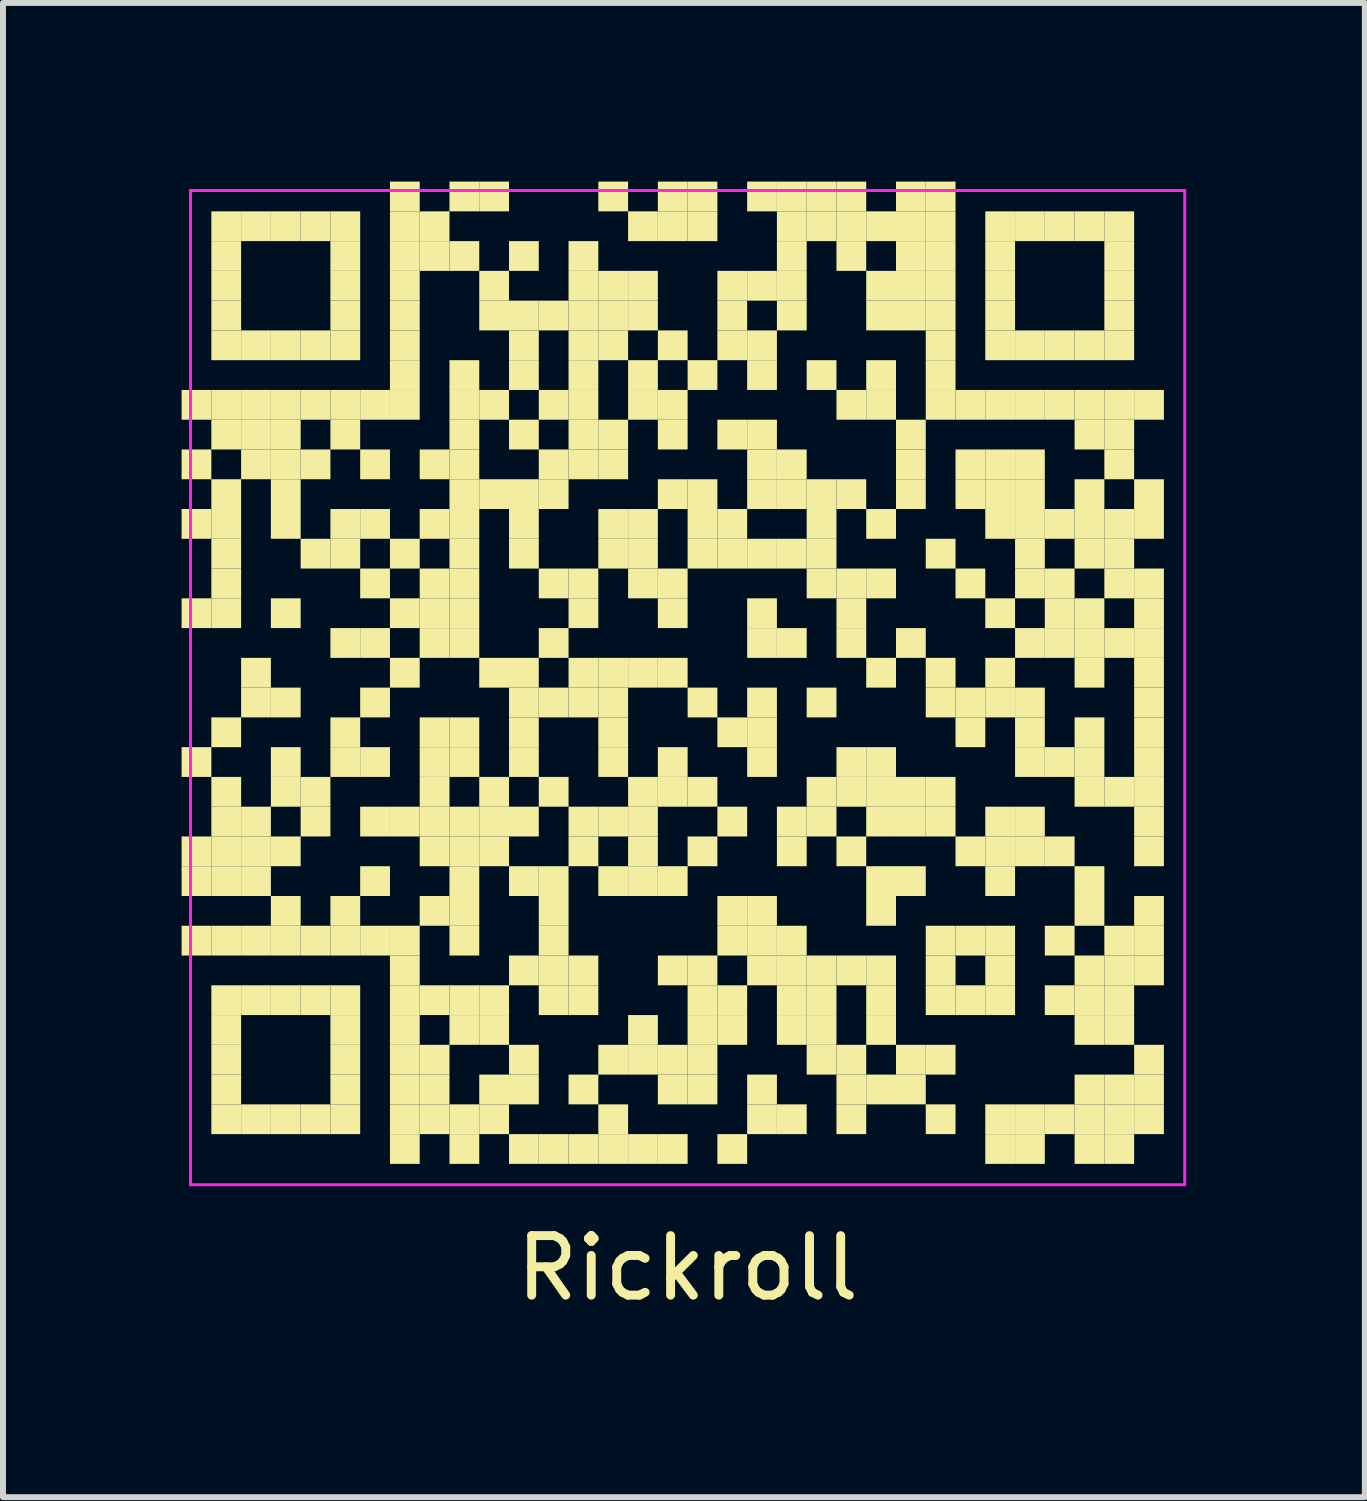
<source format=kicad_pcb>
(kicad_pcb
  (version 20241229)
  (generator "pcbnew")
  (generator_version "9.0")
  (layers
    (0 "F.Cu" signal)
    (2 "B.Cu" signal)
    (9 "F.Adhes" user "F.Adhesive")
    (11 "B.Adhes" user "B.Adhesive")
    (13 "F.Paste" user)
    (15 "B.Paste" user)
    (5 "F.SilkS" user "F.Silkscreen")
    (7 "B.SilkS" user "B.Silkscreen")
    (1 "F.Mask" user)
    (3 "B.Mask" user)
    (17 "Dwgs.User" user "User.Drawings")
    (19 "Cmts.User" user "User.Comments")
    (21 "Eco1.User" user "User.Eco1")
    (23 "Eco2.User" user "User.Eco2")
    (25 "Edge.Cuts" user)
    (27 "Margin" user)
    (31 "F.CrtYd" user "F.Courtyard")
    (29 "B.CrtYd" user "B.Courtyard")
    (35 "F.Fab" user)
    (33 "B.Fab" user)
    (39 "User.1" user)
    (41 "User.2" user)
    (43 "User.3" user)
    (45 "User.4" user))
  (footprint "Rickroll"
    (layer "F.Cu")
    (at 8.5 8.5)
    (property "Reference" "Rickroll" (at 0 9.75 0) (layer "F.SilkS") (effects (font (size 1 1) (thickness 0.15))))
    (attr through_hole)
    (fp_poly (pts (xy -8 -4.5) (xy -8 -5) (xy -8.5 -5) (xy -8.5 -4.5)) (stroke (width 0) (type solid)) (fill yes) (layer "F.SilkS"))
    (fp_poly (pts (xy -8 -3.5) (xy -8 -4) (xy -8.5 -4) (xy -8.5 -3.5)) (stroke (width 0) (type solid)) (fill yes) (layer "F.SilkS"))
    (fp_poly (pts (xy -8 -2.5) (xy -8 -3) (xy -8.5 -3) (xy -8.5 -2.5)) (stroke (width 0) (type solid)) (fill yes) (layer "F.SilkS"))
    (fp_poly (pts (xy -8 -1) (xy -8 -1.5) (xy -8.5 -1.5) (xy -8.5 -1)) (stroke (width 0) (type solid)) (fill yes) (layer "F.SilkS"))
    (fp_poly (pts (xy -8 1.5) (xy -8 1) (xy -8.5 1) (xy -8.5 1.5)) (stroke (width 0) (type solid)) (fill yes) (layer "F.SilkS"))
    (fp_poly (pts (xy -8 3) (xy -8 2.5) (xy -8.5 2.5) (xy -8.5 3)) (stroke (width 0) (type solid)) (fill yes) (layer "F.SilkS"))
    (fp_poly (pts (xy -8 3.5) (xy -8 3) (xy -8.5 3) (xy -8.5 3.5)) (stroke (width 0) (type solid)) (fill yes) (layer "F.SilkS"))
    (fp_poly (pts (xy -8 4.5) (xy -8 4) (xy -8.5 4) (xy -8.5 4.5)) (stroke (width 0) (type solid)) (fill yes) (layer "F.SilkS"))
    (fp_poly (pts (xy -7.5 -7.5) (xy -7.5 -8) (xy -8 -8) (xy -8 -7.5)) (stroke (width 0) (type solid)) (fill yes) (layer "F.SilkS"))
    (fp_poly (pts (xy -7.5 -7) (xy -7.5 -7.5) (xy -8 -7.5) (xy -8 -7)) (stroke (width 0) (type solid)) (fill yes) (layer "F.SilkS"))
    (fp_poly (pts (xy -7.5 -6.5) (xy -7.5 -7) (xy -8 -7) (xy -8 -6.5)) (stroke (width 0) (type solid)) (fill yes) (layer "F.SilkS"))
    (fp_poly (pts (xy -7.5 -6) (xy -7.5 -6.5) (xy -8 -6.5) (xy -8 -6)) (stroke (width 0) (type solid)) (fill yes) (layer "F.SilkS"))
    (fp_poly (pts (xy -7.5 -5.5) (xy -7.5 -6) (xy -8 -6) (xy -8 -5.5)) (stroke (width 0) (type solid)) (fill yes) (layer "F.SilkS"))
    (fp_poly (pts (xy -7.5 -4.5) (xy -7.5 -5) (xy -8 -5) (xy -8 -4.5)) (stroke (width 0) (type solid)) (fill yes) (layer "F.SilkS"))
    (fp_poly (pts (xy -7.5 -4) (xy -7.5 -4.5) (xy -8 -4.5) (xy -8 -4)) (stroke (width 0) (type solid)) (fill yes) (layer "F.SilkS"))
    (fp_poly (pts (xy -7.5 -3) (xy -7.5 -3.5) (xy -8 -3.5) (xy -8 -3)) (stroke (width 0) (type solid)) (fill yes) (layer "F.SilkS"))
    (fp_poly (pts (xy -7.5 -2.5) (xy -7.5 -3) (xy -8 -3) (xy -8 -2.5)) (stroke (width 0) (type solid)) (fill yes) (layer "F.SilkS"))
    (fp_poly (pts (xy -7.5 -2) (xy -7.5 -2.5) (xy -8 -2.5) (xy -8 -2)) (stroke (width 0) (type solid)) (fill yes) (layer "F.SilkS"))
    (fp_poly (pts (xy -7.5 -1.5) (xy -7.5 -2) (xy -8 -2) (xy -8 -1.5)) (stroke (width 0) (type solid)) (fill yes) (layer "F.SilkS"))
    (fp_poly (pts (xy -7.5 -1) (xy -7.5 -1.5) (xy -8 -1.5) (xy -8 -1)) (stroke (width 0) (type solid)) (fill yes) (layer "F.SilkS"))
    (fp_poly (pts (xy -7.5 1) (xy -7.5 0.5) (xy -8 0.5) (xy -8 1)) (stroke (width 0) (type solid)) (fill yes) (layer "F.SilkS"))
    (fp_poly (pts (xy -7.5 2) (xy -7.5 1.5) (xy -8 1.5) (xy -8 2)) (stroke (width 0) (type solid)) (fill yes) (layer "F.SilkS"))
    (fp_poly (pts (xy -7.5 2.5) (xy -7.5 2) (xy -8 2) (xy -8 2.5)) (stroke (width 0) (type solid)) (fill yes) (layer "F.SilkS"))
    (fp_poly (pts (xy -7.5 3) (xy -7.5 2.5) (xy -8 2.5) (xy -8 3)) (stroke (width 0) (type solid)) (fill yes) (layer "F.SilkS"))
    (fp_poly (pts (xy -7.5 3.5) (xy -7.5 3) (xy -8 3) (xy -8 3.5)) (stroke (width 0) (type solid)) (fill yes) (layer "F.SilkS"))
    (fp_poly (pts (xy -7.5 4.5) (xy -7.5 4) (xy -8 4) (xy -8 4.5)) (stroke (width 0) (type solid)) (fill yes) (layer "F.SilkS"))
    (fp_poly (pts (xy -7.5 5.5) (xy -7.5 5) (xy -8 5) (xy -8 5.5)) (stroke (width 0) (type solid)) (fill yes) (layer "F.SilkS"))
    (fp_poly (pts (xy -7.5 6) (xy -7.5 5.5) (xy -8 5.5) (xy -8 6)) (stroke (width 0) (type solid)) (fill yes) (layer "F.SilkS"))
    (fp_poly (pts (xy -7.5 6.5) (xy -7.5 6) (xy -8 6) (xy -8 6.5)) (stroke (width 0) (type solid)) (fill yes) (layer "F.SilkS"))
    (fp_poly (pts (xy -7.5 7) (xy -7.5 6.5) (xy -8 6.5) (xy -8 7)) (stroke (width 0) (type solid)) (fill yes) (layer "F.SilkS"))
    (fp_poly (pts (xy -7.5 7.5) (xy -7.5 7) (xy -8 7) (xy -8 7.5)) (stroke (width 0) (type solid)) (fill yes) (layer "F.SilkS"))
    (fp_poly (pts (xy -7 -7.5) (xy -7 -8) (xy -7.5 -8) (xy -7.5 -7.5)) (stroke (width 0) (type solid)) (fill yes) (layer "F.SilkS"))
    (fp_poly (pts (xy -7 -5.5) (xy -7 -6) (xy -7.5 -6) (xy -7.5 -5.5)) (stroke (width 0) (type solid)) (fill yes) (layer "F.SilkS"))
    (fp_poly (pts (xy -7 -4.5) (xy -7 -5) (xy -7.5 -5) (xy -7.5 -4.5)) (stroke (width 0) (type solid)) (fill yes) (layer "F.SilkS"))
    (fp_poly (pts (xy -7 -4) (xy -7 -4.5) (xy -7.5 -4.5) (xy -7.5 -4)) (stroke (width 0) (type solid)) (fill yes) (layer "F.SilkS"))
    (fp_poly (pts (xy -7 -3.5) (xy -7 -4) (xy -7.5 -4) (xy -7.5 -3.5)) (stroke (width 0) (type solid)) (fill yes) (layer "F.SilkS"))
    (fp_poly (pts (xy -7 0) (xy -7 -0.5) (xy -7.5 -0.5) (xy -7.5 0)) (stroke (width 0) (type solid)) (fill yes) (layer "F.SilkS"))
    (fp_poly (pts (xy -7 0.5) (xy -7 0) (xy -7.5 0) (xy -7.5 0.5)) (stroke (width 0) (type solid)) (fill yes) (layer "F.SilkS"))
    (fp_poly (pts (xy -7 2.5) (xy -7 2) (xy -7.5 2) (xy -7.5 2.5)) (stroke (width 0) (type solid)) (fill yes) (layer "F.SilkS"))
    (fp_poly (pts (xy -7 3) (xy -7 2.5) (xy -7.5 2.5) (xy -7.5 3)) (stroke (width 0) (type solid)) (fill yes) (layer "F.SilkS"))
    (fp_poly (pts (xy -7 3.5) (xy -7 3) (xy -7.5 3) (xy -7.5 3.5)) (stroke (width 0) (type solid)) (fill yes) (layer "F.SilkS"))
    (fp_poly (pts (xy -7 4.5) (xy -7 4) (xy -7.5 4) (xy -7.5 4.5)) (stroke (width 0) (type solid)) (fill yes) (layer "F.SilkS"))
    (fp_poly (pts (xy -7 5.5) (xy -7 5) (xy -7.5 5) (xy -7.5 5.5)) (stroke (width 0) (type solid)) (fill yes) (layer "F.SilkS"))
    (fp_poly (pts (xy -7 7.5) (xy -7 7) (xy -7.5 7) (xy -7.5 7.5)) (stroke (width 0) (type solid)) (fill yes) (layer "F.SilkS"))
    (fp_poly (pts (xy -6.5 -7.5) (xy -6.5 -8) (xy -7 -8) (xy -7 -7.5)) (stroke (width 0) (type solid)) (fill yes) (layer "F.SilkS"))
    (fp_poly (pts (xy -6.5 -5.5) (xy -6.5 -6) (xy -7 -6) (xy -7 -5.5)) (stroke (width 0) (type solid)) (fill yes) (layer "F.SilkS"))
    (fp_poly (pts (xy -6.5 -4.5) (xy -6.5 -5) (xy -7 -5) (xy -7 -4.5)) (stroke (width 0) (type solid)) (fill yes) (layer "F.SilkS"))
    (fp_poly (pts (xy -6.5 -4) (xy -6.5 -4.5) (xy -7 -4.5) (xy -7 -4)) (stroke (width 0) (type solid)) (fill yes) (layer "F.SilkS"))
    (fp_poly (pts (xy -6.5 -3.5) (xy -6.5 -4) (xy -7 -4) (xy -7 -3.5)) (stroke (width 0) (type solid)) (fill yes) (layer "F.SilkS"))
    (fp_poly (pts (xy -6.5 -3) (xy -6.5 -3.5) (xy -7 -3.5) (xy -7 -3)) (stroke (width 0) (type solid)) (fill yes) (layer "F.SilkS"))
    (fp_poly (pts (xy -6.5 -2.5) (xy -6.5 -3) (xy -7 -3) (xy -7 -2.5)) (stroke (width 0) (type solid)) (fill yes) (layer "F.SilkS"))
    (fp_poly (pts (xy -6.5 -1) (xy -6.5 -1.5) (xy -7 -1.5) (xy -7 -1)) (stroke (width 0) (type solid)) (fill yes) (layer "F.SilkS"))
    (fp_poly (pts (xy -6.5 0.5) (xy -6.5 0) (xy -7 0) (xy -7 0.5)) (stroke (width 0) (type solid)) (fill yes) (layer "F.SilkS"))
    (fp_poly (pts (xy -6.5 1.5) (xy -6.5 1) (xy -7 1) (xy -7 1.5)) (stroke (width 0) (type solid)) (fill yes) (layer "F.SilkS"))
    (fp_poly (pts (xy -6.5 2) (xy -6.5 1.5) (xy -7 1.5) (xy -7 2)) (stroke (width 0) (type solid)) (fill yes) (layer "F.SilkS"))
    (fp_poly (pts (xy -6.5 3) (xy -6.5 2.5) (xy -7 2.5) (xy -7 3)) (stroke (width 0) (type solid)) (fill yes) (layer "F.SilkS"))
    (fp_poly (pts (xy -6.5 4) (xy -6.5 3.5) (xy -7 3.5) (xy -7 4)) (stroke (width 0) (type solid)) (fill yes) (layer "F.SilkS"))
    (fp_poly (pts (xy -6.5 4.5) (xy -6.5 4) (xy -7 4) (xy -7 4.5)) (stroke (width 0) (type solid)) (fill yes) (layer "F.SilkS"))
    (fp_poly (pts (xy -6.5 5.5) (xy -6.5 5) (xy -7 5) (xy -7 5.5)) (stroke (width 0) (type solid)) (fill yes) (layer "F.SilkS"))
    (fp_poly (pts (xy -6.5 7.5) (xy -6.5 7) (xy -7 7) (xy -7 7.5)) (stroke (width 0) (type solid)) (fill yes) (layer "F.SilkS"))
    (fp_poly (pts (xy -6 -7.5) (xy -6 -8) (xy -6.5 -8) (xy -6.5 -7.5)) (stroke (width 0) (type solid)) (fill yes) (layer "F.SilkS"))
    (fp_poly (pts (xy -6 -5.5) (xy -6 -6) (xy -6.5 -6) (xy -6.5 -5.5)) (stroke (width 0) (type solid)) (fill yes) (layer "F.SilkS"))
    (fp_poly (pts (xy -6 -4.5) (xy -6 -5) (xy -6.5 -5) (xy -6.5 -4.5)) (stroke (width 0) (type solid)) (fill yes) (layer "F.SilkS"))
    (fp_poly (pts (xy -6 -3.5) (xy -6 -4) (xy -6.5 -4) (xy -6.5 -3.5)) (stroke (width 0) (type solid)) (fill yes) (layer "F.SilkS"))
    (fp_poly (pts (xy -6 -2) (xy -6 -2.5) (xy -6.5 -2.5) (xy -6.5 -2)) (stroke (width 0) (type solid)) (fill yes) (layer "F.SilkS"))
    (fp_poly (pts (xy -6 2) (xy -6 1.5) (xy -6.5 1.5) (xy -6.5 2)) (stroke (width 0) (type solid)) (fill yes) (layer "F.SilkS"))
    (fp_poly (pts (xy -6 2.5) (xy -6 2) (xy -6.5 2) (xy -6.5 2.5)) (stroke (width 0) (type solid)) (fill yes) (layer "F.SilkS"))
    (fp_poly (pts (xy -6 4.5) (xy -6 4) (xy -6.5 4) (xy -6.5 4.5)) (stroke (width 0) (type solid)) (fill yes) (layer "F.SilkS"))
    (fp_poly (pts (xy -6 5.5) (xy -6 5) (xy -6.5 5) (xy -6.5 5.5)) (stroke (width 0) (type solid)) (fill yes) (layer "F.SilkS"))
    (fp_poly (pts (xy -6 7.5) (xy -6 7) (xy -6.5 7) (xy -6.5 7.5)) (stroke (width 0) (type solid)) (fill yes) (layer "F.SilkS"))
    (fp_poly (pts (xy -5.5 -7.5) (xy -5.5 -8) (xy -6 -8) (xy -6 -7.5)) (stroke (width 0) (type solid)) (fill yes) (layer "F.SilkS"))
    (fp_poly (pts (xy -5.5 -7) (xy -5.5 -7.5) (xy -6 -7.5) (xy -6 -7)) (stroke (width 0) (type solid)) (fill yes) (layer "F.SilkS"))
    (fp_poly (pts (xy -5.5 -6.5) (xy -5.5 -7) (xy -6 -7) (xy -6 -6.5)) (stroke (width 0) (type solid)) (fill yes) (layer "F.SilkS"))
    (fp_poly (pts (xy -5.5 -6) (xy -5.5 -6.5) (xy -6 -6.5) (xy -6 -6)) (stroke (width 0) (type solid)) (fill yes) (layer "F.SilkS"))
    (fp_poly (pts (xy -5.5 -5.5) (xy -5.5 -6) (xy -6 -6) (xy -6 -5.5)) (stroke (width 0) (type solid)) (fill yes) (layer "F.SilkS"))
    (fp_poly (pts (xy -5.5 -4.5) (xy -5.5 -5) (xy -6 -5) (xy -6 -4.5)) (stroke (width 0) (type solid)) (fill yes) (layer "F.SilkS"))
    (fp_poly (pts (xy -5.5 -4) (xy -5.5 -4.5) (xy -6 -4.5) (xy -6 -4)) (stroke (width 0) (type solid)) (fill yes) (layer "F.SilkS"))
    (fp_poly (pts (xy -5.5 -2.5) (xy -5.5 -3) (xy -6 -3) (xy -6 -2.5)) (stroke (width 0) (type solid)) (fill yes) (layer "F.SilkS"))
    (fp_poly (pts (xy -5.5 -2) (xy -5.5 -2.5) (xy -6 -2.5) (xy -6 -2)) (stroke (width 0) (type solid)) (fill yes) (layer "F.SilkS"))
    (fp_poly (pts (xy -5.5 -0.5) (xy -5.5 -1) (xy -6 -1) (xy -6 -0.5)) (stroke (width 0) (type solid)) (fill yes) (layer "F.SilkS"))
    (fp_poly (pts (xy -5.5 1) (xy -5.5 0.5) (xy -6 0.5) (xy -6 1)) (stroke (width 0) (type solid)) (fill yes) (layer "F.SilkS"))
    (fp_poly (pts (xy -5.5 1.5) (xy -5.5 1) (xy -6 1) (xy -6 1.5)) (stroke (width 0) (type solid)) (fill yes) (layer "F.SilkS"))
    (fp_poly (pts (xy -5.5 4) (xy -5.5 3.5) (xy -6 3.5) (xy -6 4)) (stroke (width 0) (type solid)) (fill yes) (layer "F.SilkS"))
    (fp_poly (pts (xy -5.5 4.5) (xy -5.5 4) (xy -6 4) (xy -6 4.5)) (stroke (width 0) (type solid)) (fill yes) (layer "F.SilkS"))
    (fp_poly (pts (xy -5.5 5.5) (xy -5.5 5) (xy -6 5) (xy -6 5.5)) (stroke (width 0) (type solid)) (fill yes) (layer "F.SilkS"))
    (fp_poly (pts (xy -5.5 6) (xy -5.5 5.5) (xy -6 5.5) (xy -6 6)) (stroke (width 0) (type solid)) (fill yes) (layer "F.SilkS"))
    (fp_poly (pts (xy -5.5 6.5) (xy -5.5 6) (xy -6 6) (xy -6 6.5)) (stroke (width 0) (type solid)) (fill yes) (layer "F.SilkS"))
    (fp_poly (pts (xy -5.5 7) (xy -5.5 6.5) (xy -6 6.5) (xy -6 7)) (stroke (width 0) (type solid)) (fill yes) (layer "F.SilkS"))
    (fp_poly (pts (xy -5.5 7.5) (xy -5.5 7) (xy -6 7) (xy -6 7.5)) (stroke (width 0) (type solid)) (fill yes) (layer "F.SilkS"))
    (fp_poly (pts (xy -5 -4.5) (xy -5 -5) (xy -5.5 -5) (xy -5.5 -4.5)) (stroke (width 0) (type solid)) (fill yes) (layer "F.SilkS"))
    (fp_poly (pts (xy -5 -3.5) (xy -5 -4) (xy -5.5 -4) (xy -5.5 -3.5)) (stroke (width 0) (type solid)) (fill yes) (layer "F.SilkS"))
    (fp_poly (pts (xy -5 -2.5) (xy -5 -3) (xy -5.5 -3) (xy -5.5 -2.5)) (stroke (width 0) (type solid)) (fill yes) (layer "F.SilkS"))
    (fp_poly (pts (xy -5 -1.5) (xy -5 -2) (xy -5.5 -2) (xy -5.5 -1.5)) (stroke (width 0) (type solid)) (fill yes) (layer "F.SilkS"))
    (fp_poly (pts (xy -5 -0.5) (xy -5 -1) (xy -5.5 -1) (xy -5.5 -0.5)) (stroke (width 0) (type solid)) (fill yes) (layer "F.SilkS"))
    (fp_poly (pts (xy -5 0.5) (xy -5 0) (xy -5.5 0) (xy -5.5 0.5)) (stroke (width 0) (type solid)) (fill yes) (layer "F.SilkS"))
    (fp_poly (pts (xy -5 1.5) (xy -5 1) (xy -5.5 1) (xy -5.5 1.5)) (stroke (width 0) (type solid)) (fill yes) (layer "F.SilkS"))
    (fp_poly (pts (xy -5 2.5) (xy -5 2) (xy -5.5 2) (xy -5.5 2.5)) (stroke (width 0) (type solid)) (fill yes) (layer "F.SilkS"))
    (fp_poly (pts (xy -5 3.5) (xy -5 3) (xy -5.5 3) (xy -5.5 3.5)) (stroke (width 0) (type solid)) (fill yes) (layer "F.SilkS"))
    (fp_poly (pts (xy -5 4.5) (xy -5 4) (xy -5.5 4) (xy -5.5 4.5)) (stroke (width 0) (type solid)) (fill yes) (layer "F.SilkS"))
    (fp_poly (pts (xy -4.5 -8) (xy -4.5 -8.5) (xy -5 -8.5) (xy -5 -8)) (stroke (width 0) (type solid)) (fill yes) (layer "F.SilkS"))
    (fp_poly (pts (xy -4.5 -7.5) (xy -4.5 -8) (xy -5 -8) (xy -5 -7.5)) (stroke (width 0) (type solid)) (fill yes) (layer "F.SilkS"))
    (fp_poly (pts (xy -4.5 -7) (xy -4.5 -7.5) (xy -5 -7.5) (xy -5 -7)) (stroke (width 0) (type solid)) (fill yes) (layer "F.SilkS"))
    (fp_poly (pts (xy -4.5 -6.5) (xy -4.5 -7) (xy -5 -7) (xy -5 -6.5)) (stroke (width 0) (type solid)) (fill yes) (layer "F.SilkS"))
    (fp_poly (pts (xy -4.5 -6) (xy -4.5 -6.5) (xy -5 -6.5) (xy -5 -6)) (stroke (width 0) (type solid)) (fill yes) (layer "F.SilkS"))
    (fp_poly (pts (xy -4.5 -5.5) (xy -4.5 -6) (xy -5 -6) (xy -5 -5.5)) (stroke (width 0) (type solid)) (fill yes) (layer "F.SilkS"))
    (fp_poly (pts (xy -4.5 -5) (xy -4.5 -5.5) (xy -5 -5.5) (xy -5 -5)) (stroke (width 0) (type solid)) (fill yes) (layer "F.SilkS"))
    (fp_poly (pts (xy -4.5 -4.5) (xy -4.5 -5) (xy -5 -5) (xy -5 -4.5)) (stroke (width 0) (type solid)) (fill yes) (layer "F.SilkS"))
    (fp_poly (pts (xy -4.5 -2) (xy -4.5 -2.5) (xy -5 -2.5) (xy -5 -2)) (stroke (width 0) (type solid)) (fill yes) (layer "F.SilkS"))
    (fp_poly (pts (xy -4.5 -1) (xy -4.5 -1.5) (xy -5 -1.5) (xy -5 -1)) (stroke (width 0) (type solid)) (fill yes) (layer "F.SilkS"))
    (fp_poly (pts (xy -4.5 0) (xy -4.5 -0.5) (xy -5 -0.5) (xy -5 0)) (stroke (width 0) (type solid)) (fill yes) (layer "F.SilkS"))
    (fp_poly (pts (xy -4.5 2.5) (xy -4.5 2) (xy -5 2) (xy -5 2.5)) (stroke (width 0) (type solid)) (fill yes) (layer "F.SilkS"))
    (fp_poly (pts (xy -4.5 4.5) (xy -4.5 4) (xy -5 4) (xy -5 4.5)) (stroke (width 0) (type solid)) (fill yes) (layer "F.SilkS"))
    (fp_poly (pts (xy -4.5 5) (xy -4.5 4.5) (xy -5 4.5) (xy -5 5)) (stroke (width 0) (type solid)) (fill yes) (layer "F.SilkS"))
    (fp_poly (pts (xy -4.5 5.5) (xy -4.5 5) (xy -5 5) (xy -5 5.5)) (stroke (width 0) (type solid)) (fill yes) (layer "F.SilkS"))
    (fp_poly (pts (xy -4.5 6) (xy -4.5 5.5) (xy -5 5.5) (xy -5 6)) (stroke (width 0) (type solid)) (fill yes) (layer "F.SilkS"))
    (fp_poly (pts (xy -4.5 6.5) (xy -4.5 6) (xy -5 6) (xy -5 6.5)) (stroke (width 0) (type solid)) (fill yes) (layer "F.SilkS"))
    (fp_poly (pts (xy -4.5 7) (xy -4.5 6.5) (xy -5 6.5) (xy -5 7)) (stroke (width 0) (type solid)) (fill yes) (layer "F.SilkS"))
    (fp_poly (pts (xy -4.5 7.5) (xy -4.5 7) (xy -5 7) (xy -5 7.5)) (stroke (width 0) (type solid)) (fill yes) (layer "F.SilkS"))
    (fp_poly (pts (xy -4.5 8) (xy -4.5 7.5) (xy -5 7.5) (xy -5 8)) (stroke (width 0) (type solid)) (fill yes) (layer "F.SilkS"))
    (fp_poly (pts (xy -4 -7.5) (xy -4 -8) (xy -4.5 -8) (xy -4.5 -7.5)) (stroke (width 0) (type solid)) (fill yes) (layer "F.SilkS"))
    (fp_poly (pts (xy -4 -7) (xy -4 -7.5) (xy -4.5 -7.5) (xy -4.5 -7)) (stroke (width 0) (type solid)) (fill yes) (layer "F.SilkS"))
    (fp_poly (pts (xy -4 -3.5) (xy -4 -4) (xy -4.5 -4) (xy -4.5 -3.5)) (stroke (width 0) (type solid)) (fill yes) (layer "F.SilkS"))
    (fp_poly (pts (xy -4 -2.5) (xy -4 -3) (xy -4.5 -3) (xy -4.5 -2.5)) (stroke (width 0) (type solid)) (fill yes) (layer "F.SilkS"))
    (fp_poly (pts (xy -4 -1.5) (xy -4 -2) (xy -4.5 -2) (xy -4.5 -1.5)) (stroke (width 0) (type solid)) (fill yes) (layer "F.SilkS"))
    (fp_poly (pts (xy -4 -1) (xy -4 -1.5) (xy -4.5 -1.5) (xy -4.5 -1)) (stroke (width 0) (type solid)) (fill yes) (layer "F.SilkS"))
    (fp_poly (pts (xy -4 -0.5) (xy -4 -1) (xy -4.5 -1) (xy -4.5 -0.5)) (stroke (width 0) (type solid)) (fill yes) (layer "F.SilkS"))
    (fp_poly (pts (xy -4 1) (xy -4 0.5) (xy -4.5 0.5) (xy -4.5 1)) (stroke (width 0) (type solid)) (fill yes) (layer "F.SilkS"))
    (fp_poly (pts (xy -4 1.5) (xy -4 1) (xy -4.5 1) (xy -4.5 1.5)) (stroke (width 0) (type solid)) (fill yes) (layer "F.SilkS"))
    (fp_poly (pts (xy -4 2) (xy -4 1.5) (xy -4.5 1.5) (xy -4.5 2)) (stroke (width 0) (type solid)) (fill yes) (layer "F.SilkS"))
    (fp_poly (pts (xy -4 2.5) (xy -4 2) (xy -4.5 2) (xy -4.5 2.5)) (stroke (width 0) (type solid)) (fill yes) (layer "F.SilkS"))
    (fp_poly (pts (xy -4 3) (xy -4 2.5) (xy -4.5 2.5) (xy -4.5 3)) (stroke (width 0) (type solid)) (fill yes) (layer "F.SilkS"))
    (fp_poly (pts (xy -4 4) (xy -4 3.5) (xy -4.5 3.5) (xy -4.5 4)) (stroke (width 0) (type solid)) (fill yes) (layer "F.SilkS"))
    (fp_poly (pts (xy -4 5.5) (xy -4 5) (xy -4.5 5) (xy -4.5 5.5)) (stroke (width 0) (type solid)) (fill yes) (layer "F.SilkS"))
    (fp_poly (pts (xy -4 6.5) (xy -4 6) (xy -4.5 6) (xy -4.5 6.5)) (stroke (width 0) (type solid)) (fill yes) (layer "F.SilkS"))
    (fp_poly (pts (xy -4 7) (xy -4 6.5) (xy -4.5 6.5) (xy -4.5 7)) (stroke (width 0) (type solid)) (fill yes) (layer "F.SilkS"))
    (fp_poly (pts (xy -4 7.5) (xy -4 7) (xy -4.5 7) (xy -4.5 7.5)) (stroke (width 0) (type solid)) (fill yes) (layer "F.SilkS"))
    (fp_poly (pts (xy -3.5 -8) (xy -3.5 -8.5) (xy -4 -8.5) (xy -4 -8)) (stroke (width 0) (type solid)) (fill yes) (layer "F.SilkS"))
    (fp_poly (pts (xy -3.5 -7) (xy -3.5 -7.5) (xy -4 -7.5) (xy -4 -7)) (stroke (width 0) (type solid)) (fill yes) (layer "F.SilkS"))
    (fp_poly (pts (xy -3.5 -5) (xy -3.5 -5.5) (xy -4 -5.5) (xy -4 -5)) (stroke (width 0) (type solid)) (fill yes) (layer "F.SilkS"))
    (fp_poly (pts (xy -3.5 -4.5) (xy -3.5 -5) (xy -4 -5) (xy -4 -4.5)) (stroke (width 0) (type solid)) (fill yes) (layer "F.SilkS"))
    (fp_poly (pts (xy -3.5 -4) (xy -3.5 -4.5) (xy -4 -4.5) (xy -4 -4)) (stroke (width 0) (type solid)) (fill yes) (layer "F.SilkS"))
    (fp_poly (pts (xy -3.5 -3.5) (xy -3.5 -4) (xy -4 -4) (xy -4 -3.5)) (stroke (width 0) (type solid)) (fill yes) (layer "F.SilkS"))
    (fp_poly (pts (xy -3.5 -3) (xy -3.5 -3.5) (xy -4 -3.5) (xy -4 -3)) (stroke (width 0) (type solid)) (fill yes) (layer "F.SilkS"))
    (fp_poly (pts (xy -3.5 -2.5) (xy -3.5 -3) (xy -4 -3) (xy -4 -2.5)) (stroke (width 0) (type solid)) (fill yes) (layer "F.SilkS"))
    (fp_poly (pts (xy -3.5 -2) (xy -3.5 -2.5) (xy -4 -2.5) (xy -4 -2)) (stroke (width 0) (type solid)) (fill yes) (layer "F.SilkS"))
    (fp_poly (pts (xy -3.5 -1.5) (xy -3.5 -2) (xy -4 -2) (xy -4 -1.5)) (stroke (width 0) (type solid)) (fill yes) (layer "F.SilkS"))
    (fp_poly (pts (xy -3.5 -1) (xy -3.5 -1.5) (xy -4 -1.5) (xy -4 -1)) (stroke (width 0) (type solid)) (fill yes) (layer "F.SilkS"))
    (fp_poly (pts (xy -3.5 -0.5) (xy -3.5 -1) (xy -4 -1) (xy -4 -0.5)) (stroke (width 0) (type solid)) (fill yes) (layer "F.SilkS"))
    (fp_poly (pts (xy -3.5 1) (xy -3.5 0.5) (xy -4 0.5) (xy -4 1)) (stroke (width 0) (type solid)) (fill yes) (layer "F.SilkS"))
    (fp_poly (pts (xy -3.5 1.5) (xy -3.5 1) (xy -4 1) (xy -4 1.5)) (stroke (width 0) (type solid)) (fill yes) (layer "F.SilkS"))
    (fp_poly (pts (xy -3.5 2.5) (xy -3.5 2) (xy -4 2) (xy -4 2.5)) (stroke (width 0) (type solid)) (fill yes) (layer "F.SilkS"))
    (fp_poly (pts (xy -3.5 3) (xy -3.5 2.5) (xy -4 2.5) (xy -4 3)) (stroke (width 0) (type solid)) (fill yes) (layer "F.SilkS"))
    (fp_poly (pts (xy -3.5 3.5) (xy -3.5 3) (xy -4 3) (xy -4 3.5)) (stroke (width 0) (type solid)) (fill yes) (layer "F.SilkS"))
    (fp_poly (pts (xy -3.5 4) (xy -3.5 3.5) (xy -4 3.5) (xy -4 4)) (stroke (width 0) (type solid)) (fill yes) (layer "F.SilkS"))
    (fp_poly (pts (xy -3.5 4.5) (xy -3.5 4) (xy -4 4) (xy -4 4.5)) (stroke (width 0) (type solid)) (fill yes) (layer "F.SilkS"))
    (fp_poly (pts (xy -3.5 5.5) (xy -3.5 5) (xy -4 5) (xy -4 5.5)) (stroke (width 0) (type solid)) (fill yes) (layer "F.SilkS"))
    (fp_poly (pts (xy -3.5 6) (xy -3.5 5.5) (xy -4 5.5) (xy -4 6)) (stroke (width 0) (type solid)) (fill yes) (layer "F.SilkS"))
    (fp_poly (pts (xy -3.5 7.5) (xy -3.5 7) (xy -4 7) (xy -4 7.5)) (stroke (width 0) (type solid)) (fill yes) (layer "F.SilkS"))
    (fp_poly (pts (xy -3.5 8) (xy -3.5 7.5) (xy -4 7.5) (xy -4 8)) (stroke (width 0) (type solid)) (fill yes) (layer "F.SilkS"))
    (fp_poly (pts (xy -3 -8) (xy -3 -8.5) (xy -3.5 -8.5) (xy -3.5 -8)) (stroke (width 0) (type solid)) (fill yes) (layer "F.SilkS"))
    (fp_poly (pts (xy -3 -6.5) (xy -3 -7) (xy -3.5 -7) (xy -3.5 -6.5)) (stroke (width 0) (type solid)) (fill yes) (layer "F.SilkS"))
    (fp_poly (pts (xy -3 -6) (xy -3 -6.5) (xy -3.5 -6.5) (xy -3.5 -6)) (stroke (width 0) (type solid)) (fill yes) (layer "F.SilkS"))
    (fp_poly (pts (xy -3 -4.5) (xy -3 -5) (xy -3.5 -5) (xy -3.5 -4.5)) (stroke (width 0) (type solid)) (fill yes) (layer "F.SilkS"))
    (fp_poly (pts (xy -3 -3) (xy -3 -3.5) (xy -3.5 -3.5) (xy -3.5 -3)) (stroke (width 0) (type solid)) (fill yes) (layer "F.SilkS"))
    (fp_poly (pts (xy -3 0) (xy -3 -0.5) (xy -3.5 -0.5) (xy -3.5 0)) (stroke (width 0) (type solid)) (fill yes) (layer "F.SilkS"))
    (fp_poly (pts (xy -3 2) (xy -3 1.5) (xy -3.5 1.5) (xy -3.5 2)) (stroke (width 0) (type solid)) (fill yes) (layer "F.SilkS"))
    (fp_poly (pts (xy -3 2.5) (xy -3 2) (xy -3.5 2) (xy -3.5 2.5)) (stroke (width 0) (type solid)) (fill yes) (layer "F.SilkS"))
    (fp_poly (pts (xy -3 3) (xy -3 2.5) (xy -3.5 2.5) (xy -3.5 3)) (stroke (width 0) (type solid)) (fill yes) (layer "F.SilkS"))
    (fp_poly (pts (xy -3 5.5) (xy -3 5) (xy -3.5 5) (xy -3.5 5.5)) (stroke (width 0) (type solid)) (fill yes) (layer "F.SilkS"))
    (fp_poly (pts (xy -3 6) (xy -3 5.5) (xy -3.5 5.5) (xy -3.5 6)) (stroke (width 0) (type solid)) (fill yes) (layer "F.SilkS"))
    (fp_poly (pts (xy -3 7) (xy -3 6.5) (xy -3.5 6.5) (xy -3.5 7)) (stroke (width 0) (type solid)) (fill yes) (layer "F.SilkS"))
    (fp_poly (pts (xy -3 7.5) (xy -3 7) (xy -3.5 7) (xy -3.5 7.5)) (stroke (width 0) (type solid)) (fill yes) (layer "F.SilkS"))
    (fp_poly (pts (xy -2.5 -7) (xy -2.5 -7.5) (xy -3 -7.5) (xy -3 -7)) (stroke (width 0) (type solid)) (fill yes) (layer "F.SilkS"))
    (fp_poly (pts (xy -2.5 -6) (xy -2.5 -6.5) (xy -3 -6.5) (xy -3 -6)) (stroke (width 0) (type solid)) (fill yes) (layer "F.SilkS"))
    (fp_poly (pts (xy -2.5 -5.5) (xy -2.5 -6) (xy -3 -6) (xy -3 -5.5)) (stroke (width 0) (type solid)) (fill yes) (layer "F.SilkS"))
    (fp_poly (pts (xy -2.5 -5) (xy -2.5 -5.5) (xy -3 -5.5) (xy -3 -5)) (stroke (width 0) (type solid)) (fill yes) (layer "F.SilkS"))
    (fp_poly (pts (xy -2.5 -4) (xy -2.5 -4.5) (xy -3 -4.5) (xy -3 -4)) (stroke (width 0) (type solid)) (fill yes) (layer "F.SilkS"))
    (fp_poly (pts (xy -2.5 -3) (xy -2.5 -3.5) (xy -3 -3.5) (xy -3 -3)) (stroke (width 0) (type solid)) (fill yes) (layer "F.SilkS"))
    (fp_poly (pts (xy -2.5 -2.5) (xy -2.5 -3) (xy -3 -3) (xy -3 -2.5)) (stroke (width 0) (type solid)) (fill yes) (layer "F.SilkS"))
    (fp_poly (pts (xy -2.5 -2) (xy -2.5 -2.5) (xy -3 -2.5) (xy -3 -2)) (stroke (width 0) (type solid)) (fill yes) (layer "F.SilkS"))
    (fp_poly (pts (xy -2.5 0) (xy -2.5 -0.5) (xy -3 -0.5) (xy -3 0)) (stroke (width 0) (type solid)) (fill yes) (layer "F.SilkS"))
    (fp_poly (pts (xy -2.5 0.5) (xy -2.5 0) (xy -3 0) (xy -3 0.5)) (stroke (width 0) (type solid)) (fill yes) (layer "F.SilkS"))
    (fp_poly (pts (xy -2.5 1) (xy -2.5 0.5) (xy -3 0.5) (xy -3 1)) (stroke (width 0) (type solid)) (fill yes) (layer "F.SilkS"))
    (fp_poly (pts (xy -2.5 1.5) (xy -2.5 1) (xy -3 1) (xy -3 1.5)) (stroke (width 0) (type solid)) (fill yes) (layer "F.SilkS"))
    (fp_poly (pts (xy -2.5 2.5) (xy -2.5 2) (xy -3 2) (xy -3 2.5)) (stroke (width 0) (type solid)) (fill yes) (layer "F.SilkS"))
    (fp_poly (pts (xy -2.5 3.5) (xy -2.5 3) (xy -3 3) (xy -3 3.5)) (stroke (width 0) (type solid)) (fill yes) (layer "F.SilkS"))
    (fp_poly (pts (xy -2.5 5) (xy -2.5 4.5) (xy -3 4.5) (xy -3 5)) (stroke (width 0) (type solid)) (fill yes) (layer "F.SilkS"))
    (fp_poly (pts (xy -2.5 6.5) (xy -2.5 6) (xy -3 6) (xy -3 6.5)) (stroke (width 0) (type solid)) (fill yes) (layer "F.SilkS"))
    (fp_poly (pts (xy -2.5 7) (xy -2.5 6.5) (xy -3 6.5) (xy -3 7)) (stroke (width 0) (type solid)) (fill yes) (layer "F.SilkS"))
    (fp_poly (pts (xy -2.5 8) (xy -2.5 7.5) (xy -3 7.5) (xy -3 8)) (stroke (width 0) (type solid)) (fill yes) (layer "F.SilkS"))
    (fp_poly (pts (xy -2 -6) (xy -2 -6.5) (xy -2.5 -6.5) (xy -2.5 -6)) (stroke (width 0) (type solid)) (fill yes) (layer "F.SilkS"))
    (fp_poly (pts (xy -2 -4.5) (xy -2 -5) (xy -2.5 -5) (xy -2.5 -4.5)) (stroke (width 0) (type solid)) (fill yes) (layer "F.SilkS"))
    (fp_poly (pts (xy -2 -3.5) (xy -2 -4) (xy -2.5 -4) (xy -2.5 -3.5)) (stroke (width 0) (type solid)) (fill yes) (layer "F.SilkS"))
    (fp_poly (pts (xy -2 -3) (xy -2 -3.5) (xy -2.5 -3.5) (xy -2.5 -3)) (stroke (width 0) (type solid)) (fill yes) (layer "F.SilkS"))
    (fp_poly (pts (xy -2 -1.5) (xy -2 -2) (xy -2.5 -2) (xy -2.5 -1.5)) (stroke (width 0) (type solid)) (fill yes) (layer "F.SilkS"))
    (fp_poly (pts (xy -2 -0.5) (xy -2 -1) (xy -2.5 -1) (xy -2.5 -0.5)) (stroke (width 0) (type solid)) (fill yes) (layer "F.SilkS"))
    (fp_poly (pts (xy -2 0.5) (xy -2 0) (xy -2.5 0) (xy -2.5 0.5)) (stroke (width 0) (type solid)) (fill yes) (layer "F.SilkS"))
    (fp_poly (pts (xy -2 2) (xy -2 1.5) (xy -2.5 1.5) (xy -2.5 2)) (stroke (width 0) (type solid)) (fill yes) (layer "F.SilkS"))
    (fp_poly (pts (xy -2 3.5) (xy -2 3) (xy -2.5 3) (xy -2.5 3.5)) (stroke (width 0) (type solid)) (fill yes) (layer "F.SilkS"))
    (fp_poly (pts (xy -2 4) (xy -2 3.5) (xy -2.5 3.5) (xy -2.5 4)) (stroke (width 0) (type solid)) (fill yes) (layer "F.SilkS"))
    (fp_poly (pts (xy -2 4.5) (xy -2 4) (xy -2.5 4) (xy -2.5 4.5)) (stroke (width 0) (type solid)) (fill yes) (layer "F.SilkS"))
    (fp_poly (pts (xy -2 5) (xy -2 4.5) (xy -2.5 4.5) (xy -2.5 5)) (stroke (width 0) (type solid)) (fill yes) (layer "F.SilkS"))
    (fp_poly (pts (xy -2 5.5) (xy -2 5) (xy -2.5 5) (xy -2.5 5.5)) (stroke (width 0) (type solid)) (fill yes) (layer "F.SilkS"))
    (fp_poly (pts (xy -2 8) (xy -2 7.5) (xy -2.5 7.5) (xy -2.5 8)) (stroke (width 0) (type solid)) (fill yes) (layer "F.SilkS"))
    (fp_poly (pts (xy -1.5 -7) (xy -1.5 -7.5) (xy -2 -7.5) (xy -2 -7)) (stroke (width 0) (type solid)) (fill yes) (layer "F.SilkS"))
    (fp_poly (pts (xy -1.5 -6.5) (xy -1.5 -7) (xy -2 -7) (xy -2 -6.5)) (stroke (width 0) (type solid)) (fill yes) (layer "F.SilkS"))
    (fp_poly (pts (xy -1.5 -6) (xy -1.5 -6.5) (xy -2 -6.5) (xy -2 -6)) (stroke (width 0) (type solid)) (fill yes) (layer "F.SilkS"))
    (fp_poly (pts (xy -1.5 -5.5) (xy -1.5 -6) (xy -2 -6) (xy -2 -5.5)) (stroke (width 0) (type solid)) (fill yes) (layer "F.SilkS"))
    (fp_poly (pts (xy -1.5 -5) (xy -1.5 -5.5) (xy -2 -5.5) (xy -2 -5)) (stroke (width 0) (type solid)) (fill yes) (layer "F.SilkS"))
    (fp_poly (pts (xy -1.5 -4.5) (xy -1.5 -5) (xy -2 -5) (xy -2 -4.5)) (stroke (width 0) (type solid)) (fill yes) (layer "F.SilkS"))
    (fp_poly (pts (xy -1.5 -4) (xy -1.5 -4.5) (xy -2 -4.5) (xy -2 -4)) (stroke (width 0) (type solid)) (fill yes) (layer "F.SilkS"))
    (fp_poly (pts (xy -1.5 -3.5) (xy -1.5 -4) (xy -2 -4) (xy -2 -3.5)) (stroke (width 0) (type solid)) (fill yes) (layer "F.SilkS"))
    (fp_poly (pts (xy -1.5 -1.5) (xy -1.5 -2) (xy -2 -2) (xy -2 -1.5)) (stroke (width 0) (type solid)) (fill yes) (layer "F.SilkS"))
    (fp_poly (pts (xy -1.5 -1) (xy -1.5 -1.5) (xy -2 -1.5) (xy -2 -1)) (stroke (width 0) (type solid)) (fill yes) (layer "F.SilkS"))
    (fp_poly (pts (xy -1.5 0) (xy -1.5 -0.5) (xy -2 -0.5) (xy -2 0)) (stroke (width 0) (type solid)) (fill yes) (layer "F.SilkS"))
    (fp_poly (pts (xy -1.5 0.5) (xy -1.5 0) (xy -2 0) (xy -2 0.5)) (stroke (width 0) (type solid)) (fill yes) (layer "F.SilkS"))
    (fp_poly (pts (xy -1.5 2.5) (xy -1.5 2) (xy -2 2) (xy -2 2.5)) (stroke (width 0) (type solid)) (fill yes) (layer "F.SilkS"))
    (fp_poly (pts (xy -1.5 3) (xy -1.5 2.5) (xy -2 2.5) (xy -2 3)) (stroke (width 0) (type solid)) (fill yes) (layer "F.SilkS"))
    (fp_poly (pts (xy -1.5 5) (xy -1.5 4.5) (xy -2 4.5) (xy -2 5)) (stroke (width 0) (type solid)) (fill yes) (layer "F.SilkS"))
    (fp_poly (pts (xy -1.5 5.5) (xy -1.5 5) (xy -2 5) (xy -2 5.5)) (stroke (width 0) (type solid)) (fill yes) (layer "F.SilkS"))
    (fp_poly (pts (xy -1.5 7) (xy -1.5 6.5) (xy -2 6.5) (xy -2 7)) (stroke (width 0) (type solid)) (fill yes) (layer "F.SilkS"))
    (fp_poly (pts (xy -1.5 8) (xy -1.5 7.5) (xy -2 7.5) (xy -2 8)) (stroke (width 0) (type solid)) (fill yes) (layer "F.SilkS"))
    (fp_poly (pts (xy -1 -8) (xy -1 -8.5) (xy -1.5 -8.5) (xy -1.5 -8)) (stroke (width 0) (type solid)) (fill yes) (layer "F.SilkS"))
    (fp_poly (pts (xy -1 -6.5) (xy -1 -7) (xy -1.5 -7) (xy -1.5 -6.5)) (stroke (width 0) (type solid)) (fill yes) (layer "F.SilkS"))
    (fp_poly (pts (xy -1 -6) (xy -1 -6.5) (xy -1.5 -6.5) (xy -1.5 -6)) (stroke (width 0) (type solid)) (fill yes) (layer "F.SilkS"))
    (fp_poly (pts (xy -1 -5.5) (xy -1 -6) (xy -1.5 -6) (xy -1.5 -5.5)) (stroke (width 0) (type solid)) (fill yes) (layer "F.SilkS"))
    (fp_poly (pts (xy -1 -4) (xy -1 -4.5) (xy -1.5 -4.5) (xy -1.5 -4)) (stroke (width 0) (type solid)) (fill yes) (layer "F.SilkS"))
    (fp_poly (pts (xy -1 -3.5) (xy -1 -4) (xy -1.5 -4) (xy -1.5 -3.5)) (stroke (width 0) (type solid)) (fill yes) (layer "F.SilkS"))
    (fp_poly (pts (xy -1 -2.5) (xy -1 -3) (xy -1.5 -3) (xy -1.5 -2.5)) (stroke (width 0) (type solid)) (fill yes) (layer "F.SilkS"))
    (fp_poly (pts (xy -1 -2) (xy -1 -2.5) (xy -1.5 -2.5) (xy -1.5 -2)) (stroke (width 0) (type solid)) (fill yes) (layer "F.SilkS"))
    (fp_poly (pts (xy -1 0) (xy -1 -0.5) (xy -1.5 -0.5) (xy -1.5 0)) (stroke (width 0) (type solid)) (fill yes) (layer "F.SilkS"))
    (fp_poly (pts (xy -1 0.5) (xy -1 0) (xy -1.5 0) (xy -1.5 0.5)) (stroke (width 0) (type solid)) (fill yes) (layer "F.SilkS"))
    (fp_poly (pts (xy -1 1) (xy -1 0.5) (xy -1.5 0.5) (xy -1.5 1)) (stroke (width 0) (type solid)) (fill yes) (layer "F.SilkS"))
    (fp_poly (pts (xy -1 1.5) (xy -1 1) (xy -1.5 1) (xy -1.5 1.5)) (stroke (width 0) (type solid)) (fill yes) (layer "F.SilkS"))
    (fp_poly (pts (xy -1 2.5) (xy -1 2) (xy -1.5 2) (xy -1.5 2.5)) (stroke (width 0) (type solid)) (fill yes) (layer "F.SilkS"))
    (fp_poly (pts (xy -1 3.5) (xy -1 3) (xy -1.5 3) (xy -1.5 3.5)) (stroke (width 0) (type solid)) (fill yes) (layer "F.SilkS"))
    (fp_poly (pts (xy -1 6.5) (xy -1 6) (xy -1.5 6) (xy -1.5 6.5)) (stroke (width 0) (type solid)) (fill yes) (layer "F.SilkS"))
    (fp_poly (pts (xy -1 7.5) (xy -1 7) (xy -1.5 7) (xy -1.5 7.5)) (stroke (width 0) (type solid)) (fill yes) (layer "F.SilkS"))
    (fp_poly (pts (xy -1 8) (xy -1 7.5) (xy -1.5 7.5) (xy -1.5 8)) (stroke (width 0) (type solid)) (fill yes) (layer "F.SilkS"))
    (fp_poly (pts (xy -0.5 -7.5) (xy -0.5 -8) (xy -1 -8) (xy -1 -7.5)) (stroke (width 0) (type solid)) (fill yes) (layer "F.SilkS"))
    (fp_poly (pts (xy -0.5 -6.5) (xy -0.5 -7) (xy -1 -7) (xy -1 -6.5)) (stroke (width 0) (type solid)) (fill yes) (layer "F.SilkS"))
    (fp_poly (pts (xy -0.5 -6) (xy -0.5 -6.5) (xy -1 -6.5) (xy -1 -6)) (stroke (width 0) (type solid)) (fill yes) (layer "F.SilkS"))
    (fp_poly (pts (xy -0.5 -5) (xy -0.5 -5.5) (xy -1 -5.5) (xy -1 -5)) (stroke (width 0) (type solid)) (fill yes) (layer "F.SilkS"))
    (fp_poly (pts (xy -0.5 -4.5) (xy -0.5 -5) (xy -1 -5) (xy -1 -4.5)) (stroke (width 0) (type solid)) (fill yes) (layer "F.SilkS"))
    (fp_poly (pts (xy -0.5 -2.5) (xy -0.5 -3) (xy -1 -3) (xy -1 -2.5)) (stroke (width 0) (type solid)) (fill yes) (layer "F.SilkS"))
    (fp_poly (pts (xy -0.5 -2) (xy -0.5 -2.5) (xy -1 -2.5) (xy -1 -2)) (stroke (width 0) (type solid)) (fill yes) (layer "F.SilkS"))
    (fp_poly (pts (xy -0.5 -1.5) (xy -0.5 -2) (xy -1 -2) (xy -1 -1.5)) (stroke (width 0) (type solid)) (fill yes) (layer "F.SilkS"))
    (fp_poly (pts (xy -0.5 0) (xy -0.5 -0.5) (xy -1 -0.5) (xy -1 0)) (stroke (width 0) (type solid)) (fill yes) (layer "F.SilkS"))
    (fp_poly (pts (xy -0.5 2) (xy -0.5 1.5) (xy -1 1.5) (xy -1 2)) (stroke (width 0) (type solid)) (fill yes) (layer "F.SilkS"))
    (fp_poly (pts (xy -0.5 2.5) (xy -0.5 2) (xy -1 2) (xy -1 2.5)) (stroke (width 0) (type solid)) (fill yes) (layer "F.SilkS"))
    (fp_poly (pts (xy -0.5 3) (xy -0.5 2.5) (xy -1 2.5) (xy -1 3)) (stroke (width 0) (type solid)) (fill yes) (layer "F.SilkS"))
    (fp_poly (pts (xy -0.5 3.5) (xy -0.5 3) (xy -1 3) (xy -1 3.5)) (stroke (width 0) (type solid)) (fill yes) (layer "F.SilkS"))
    (fp_poly (pts (xy -0.5 6) (xy -0.5 5.5) (xy -1 5.5) (xy -1 6)) (stroke (width 0) (type solid)) (fill yes) (layer "F.SilkS"))
    (fp_poly (pts (xy -0.5 6.5) (xy -0.5 6) (xy -1 6) (xy -1 6.5)) (stroke (width 0) (type solid)) (fill yes) (layer "F.SilkS"))
    (fp_poly (pts (xy -0.5 8) (xy -0.5 7.5) (xy -1 7.5) (xy -1 8)) (stroke (width 0) (type solid)) (fill yes) (layer "F.SilkS"))
    (fp_poly (pts (xy 0 -8) (xy 0 -8.5) (xy -0.5 -8.5) (xy -0.5 -8)) (stroke (width 0) (type solid)) (fill yes) (layer "F.SilkS"))
    (fp_poly (pts (xy 0 -7.5) (xy 0 -8) (xy -0.5 -8) (xy -0.5 -7.5)) (stroke (width 0) (type solid)) (fill yes) (layer "F.SilkS"))
    (fp_poly (pts (xy 0 -5.5) (xy 0 -6) (xy -0.5 -6) (xy -0.5 -5.5)) (stroke (width 0) (type solid)) (fill yes) (layer "F.SilkS"))
    (fp_poly (pts (xy 0 -4.5) (xy 0 -5) (xy -0.5 -5) (xy -0.5 -4.5)) (stroke (width 0) (type solid)) (fill yes) (layer "F.SilkS"))
    (fp_poly (pts (xy 0 -4) (xy 0 -4.5) (xy -0.5 -4.5) (xy -0.5 -4)) (stroke (width 0) (type solid)) (fill yes) (layer "F.SilkS"))
    (fp_poly (pts (xy 0 -3) (xy 0 -3.5) (xy -0.5 -3.5) (xy -0.5 -3)) (stroke (width 0) (type solid)) (fill yes) (layer "F.SilkS"))
    (fp_poly (pts (xy 0 -1.5) (xy 0 -2) (xy -0.5 -2) (xy -0.5 -1.5)) (stroke (width 0) (type solid)) (fill yes) (layer "F.SilkS"))
    (fp_poly (pts (xy 0 -1) (xy 0 -1.5) (xy -0.5 -1.5) (xy -0.5 -1)) (stroke (width 0) (type solid)) (fill yes) (layer "F.SilkS"))
    (fp_poly (pts (xy 0 0) (xy 0 -0.5) (xy -0.5 -0.5) (xy -0.5 0)) (stroke (width 0) (type solid)) (fill yes) (layer "F.SilkS"))
    (fp_poly (pts (xy 0 1.5) (xy 0 1) (xy -0.5 1) (xy -0.5 1.5)) (stroke (width 0) (type solid)) (fill yes) (layer "F.SilkS"))
    (fp_poly (pts (xy 0 2) (xy 0 1.5) (xy -0.5 1.5) (xy -0.5 2)) (stroke (width 0) (type solid)) (fill yes) (layer "F.SilkS"))
    (fp_poly (pts (xy 0 3.5) (xy 0 3) (xy -0.5 3) (xy -0.5 3.5)) (stroke (width 0) (type solid)) (fill yes) (layer "F.SilkS"))
    (fp_poly (pts (xy 0 5) (xy 0 4.5) (xy -0.5 4.5) (xy -0.5 5)) (stroke (width 0) (type solid)) (fill yes) (layer "F.SilkS"))
    (fp_poly (pts (xy 0 6.5) (xy 0 6) (xy -0.5 6) (xy -0.5 6.5)) (stroke (width 0) (type solid)) (fill yes) (layer "F.SilkS"))
    (fp_poly (pts (xy 0 7) (xy 0 6.5) (xy -0.5 6.5) (xy -0.5 7)) (stroke (width 0) (type solid)) (fill yes) (layer "F.SilkS"))
    (fp_poly (pts (xy 0 8) (xy 0 7.5) (xy -0.5 7.5) (xy -0.5 8)) (stroke (width 0) (type solid)) (fill yes) (layer "F.SilkS"))
    (fp_poly (pts (xy 0.5 -8) (xy 0.5 -8.5) (xy 0 -8.5) (xy 0 -8)) (stroke (width 0) (type solid)) (fill yes) (layer "F.SilkS"))
    (fp_poly (pts (xy 0.5 -7.5) (xy 0.5 -8) (xy 0 -8) (xy 0 -7.5)) (stroke (width 0) (type solid)) (fill yes) (layer "F.SilkS"))
    (fp_poly (pts (xy 0.5 -5) (xy 0.5 -5.5) (xy 0 -5.5) (xy 0 -5)) (stroke (width 0) (type solid)) (fill yes) (layer "F.SilkS"))
    (fp_poly (pts (xy 0.5 -3) (xy 0.5 -3.5) (xy 0 -3.5) (xy 0 -3)) (stroke (width 0) (type solid)) (fill yes) (layer "F.SilkS"))
    (fp_poly (pts (xy 0.5 -2.5) (xy 0.5 -3) (xy 0 -3) (xy 0 -2.5)) (stroke (width 0) (type solid)) (fill yes) (layer "F.SilkS"))
    (fp_poly (pts (xy 0.5 -2) (xy 0.5 -2.5) (xy 0 -2.5) (xy 0 -2)) (stroke (width 0) (type solid)) (fill yes) (layer "F.SilkS"))
    (fp_poly (pts (xy 0.5 0.5) (xy 0.5 0) (xy 0 0) (xy 0 0.5)) (stroke (width 0) (type solid)) (fill yes) (layer "F.SilkS"))
    (fp_poly (pts (xy 0.5 2) (xy 0.5 1.5) (xy 0 1.5) (xy 0 2)) (stroke (width 0) (type solid)) (fill yes) (layer "F.SilkS"))
    (fp_poly (pts (xy 0.5 3) (xy 0.5 2.5) (xy 0 2.5) (xy 0 3)) (stroke (width 0) (type solid)) (fill yes) (layer "F.SilkS"))
    (fp_poly (pts (xy 0.5 5) (xy 0.5 4.5) (xy 0 4.5) (xy 0 5)) (stroke (width 0) (type solid)) (fill yes) (layer "F.SilkS"))
    (fp_poly (pts (xy 0.5 5.5) (xy 0.5 5) (xy 0 5) (xy 0 5.5)) (stroke (width 0) (type solid)) (fill yes) (layer "F.SilkS"))
    (fp_poly (pts (xy 0.5 6) (xy 0.5 5.5) (xy 0 5.5) (xy 0 6)) (stroke (width 0) (type solid)) (fill yes) (layer "F.SilkS"))
    (fp_poly (pts (xy 0.5 6.5) (xy 0.5 6) (xy 0 6) (xy 0 6.5)) (stroke (width 0) (type solid)) (fill yes) (layer "F.SilkS"))
    (fp_poly (pts (xy 0.5 7) (xy 0.5 6.5) (xy 0 6.5) (xy 0 7)) (stroke (width 0) (type solid)) (fill yes) (layer "F.SilkS"))
    (fp_poly (pts (xy 1 -6.5) (xy 1 -7) (xy 0.5 -7) (xy 0.5 -6.5)) (stroke (width 0) (type solid)) (fill yes) (layer "F.SilkS"))
    (fp_poly (pts (xy 1 -6) (xy 1 -6.5) (xy 0.5 -6.5) (xy 0.5 -6)) (stroke (width 0) (type solid)) (fill yes) (layer "F.SilkS"))
    (fp_poly (pts (xy 1 -5.5) (xy 1 -6) (xy 0.5 -6) (xy 0.5 -5.5)) (stroke (width 0) (type solid)) (fill yes) (layer "F.SilkS"))
    (fp_poly (pts (xy 1 -4) (xy 1 -4.5) (xy 0.5 -4.5) (xy 0.5 -4)) (stroke (width 0) (type solid)) (fill yes) (layer "F.SilkS"))
    (fp_poly (pts (xy 1 -2.5) (xy 1 -3) (xy 0.5 -3) (xy 0.5 -2.5)) (stroke (width 0) (type solid)) (fill yes) (layer "F.SilkS"))
    (fp_poly (pts (xy 1 -2) (xy 1 -2.5) (xy 0.5 -2.5) (xy 0.5 -2)) (stroke (width 0) (type solid)) (fill yes) (layer "F.SilkS"))
    (fp_poly (pts (xy 1 1) (xy 1 0.5) (xy 0.5 0.5) (xy 0.5 1)) (stroke (width 0) (type solid)) (fill yes) (layer "F.SilkS"))
    (fp_poly (pts (xy 1 2.5) (xy 1 2) (xy 0.5 2) (xy 0.5 2.5)) (stroke (width 0) (type solid)) (fill yes) (layer "F.SilkS"))
    (fp_poly (pts (xy 1 4) (xy 1 3.5) (xy 0.5 3.5) (xy 0.5 4)) (stroke (width 0) (type solid)) (fill yes) (layer "F.SilkS"))
    (fp_poly (pts (xy 1 4.5) (xy 1 4) (xy 0.5 4) (xy 0.5 4.5)) (stroke (width 0) (type solid)) (fill yes) (layer "F.SilkS"))
    (fp_poly (pts (xy 1 5.5) (xy 1 5) (xy 0.5 5) (xy 0.5 5.5)) (stroke (width 0) (type solid)) (fill yes) (layer "F.SilkS"))
    (fp_poly (pts (xy 1 6) (xy 1 5.5) (xy 0.5 5.5) (xy 0.5 6)) (stroke (width 0) (type solid)) (fill yes) (layer "F.SilkS"))
    (fp_poly (pts (xy 1 8) (xy 1 7.5) (xy 0.5 7.5) (xy 0.5 8)) (stroke (width 0) (type solid)) (fill yes) (layer "F.SilkS"))
    (fp_poly (pts (xy 1.5 -8) (xy 1.5 -8.5) (xy 1 -8.5) (xy 1 -8)) (stroke (width 0) (type solid)) (fill yes) (layer "F.SilkS"))
    (fp_poly (pts (xy 1.5 -6.5) (xy 1.5 -7) (xy 1 -7) (xy 1 -6.5)) (stroke (width 0) (type solid)) (fill yes) (layer "F.SilkS"))
    (fp_poly (pts (xy 1.5 -5.5) (xy 1.5 -6) (xy 1 -6) (xy 1 -5.5)) (stroke (width 0) (type solid)) (fill yes) (layer "F.SilkS"))
    (fp_poly (pts (xy 1.5 -5) (xy 1.5 -5.5) (xy 1 -5.5) (xy 1 -5)) (stroke (width 0) (type solid)) (fill yes) (layer "F.SilkS"))
    (fp_poly (pts (xy 1.5 -4) (xy 1.5 -4.5) (xy 1 -4.5) (xy 1 -4)) (stroke (width 0) (type solid)) (fill yes) (layer "F.SilkS"))
    (fp_poly (pts (xy 1.5 -3.5) (xy 1.5 -4) (xy 1 -4) (xy 1 -3.5)) (stroke (width 0) (type solid)) (fill yes) (layer "F.SilkS"))
    (fp_poly (pts (xy 1.5 -3) (xy 1.5 -3.5) (xy 1 -3.5) (xy 1 -3)) (stroke (width 0) (type solid)) (fill yes) (layer "F.SilkS"))
    (fp_poly (pts (xy 1.5 -2) (xy 1.5 -2.5) (xy 1 -2.5) (xy 1 -2)) (stroke (width 0) (type solid)) (fill yes) (layer "F.SilkS"))
    (fp_poly (pts (xy 1.5 -1) (xy 1.5 -1.5) (xy 1 -1.5) (xy 1 -1)) (stroke (width 0) (type solid)) (fill yes) (layer "F.SilkS"))
    (fp_poly (pts (xy 1.5 -0.5) (xy 1.5 -1) (xy 1 -1) (xy 1 -0.5)) (stroke (width 0) (type solid)) (fill yes) (layer "F.SilkS"))
    (fp_poly (pts (xy 1.5 0.5) (xy 1.5 0) (xy 1 0) (xy 1 0.5)) (stroke (width 0) (type solid)) (fill yes) (layer "F.SilkS"))
    (fp_poly (pts (xy 1.5 1) (xy 1.5 0.5) (xy 1 0.5) (xy 1 1)) (stroke (width 0) (type solid)) (fill yes) (layer "F.SilkS"))
    (fp_poly (pts (xy 1.5 1.5) (xy 1.5 1) (xy 1 1) (xy 1 1.5)) (stroke (width 0) (type solid)) (fill yes) (layer "F.SilkS"))
    (fp_poly (pts (xy 1.5 4) (xy 1.5 3.5) (xy 1 3.5) (xy 1 4)) (stroke (width 0) (type solid)) (fill yes) (layer "F.SilkS"))
    (fp_poly (pts (xy 1.5 4.5) (xy 1.5 4) (xy 1 4) (xy 1 4.5)) (stroke (width 0) (type solid)) (fill yes) (layer "F.SilkS"))
    (fp_poly (pts (xy 1.5 5) (xy 1.5 4.5) (xy 1 4.5) (xy 1 5)) (stroke (width 0) (type solid)) (fill yes) (layer "F.SilkS"))
    (fp_poly (pts (xy 1.5 7) (xy 1.5 6.5) (xy 1 6.5) (xy 1 7)) (stroke (width 0) (type solid)) (fill yes) (layer "F.SilkS"))
    (fp_poly (pts (xy 1.5 7.5) (xy 1.5 7) (xy 1 7) (xy 1 7.5)) (stroke (width 0) (type solid)) (fill yes) (layer "F.SilkS"))
    (fp_poly (pts (xy 2 -8) (xy 2 -8.5) (xy 1.5 -8.5) (xy 1.5 -8)) (stroke (width 0) (type solid)) (fill yes) (layer "F.SilkS"))
    (fp_poly (pts (xy 2 -7.5) (xy 2 -8) (xy 1.5 -8) (xy 1.5 -7.5)) (stroke (width 0) (type solid)) (fill yes) (layer "F.SilkS"))
    (fp_poly (pts (xy 2 -7) (xy 2 -7.5) (xy 1.5 -7.5) (xy 1.5 -7)) (stroke (width 0) (type solid)) (fill yes) (layer "F.SilkS"))
    (fp_poly (pts (xy 2 -6.5) (xy 2 -7) (xy 1.5 -7) (xy 1.5 -6.5)) (stroke (width 0) (type solid)) (fill yes) (layer "F.SilkS"))
    (fp_poly (pts (xy 2 -6) (xy 2 -6.5) (xy 1.5 -6.5) (xy 1.5 -6)) (stroke (width 0) (type solid)) (fill yes) (layer "F.SilkS"))
    (fp_poly (pts (xy 2 -3.5) (xy 2 -4) (xy 1.5 -4) (xy 1.5 -3.5)) (stroke (width 0) (type solid)) (fill yes) (layer "F.SilkS"))
    (fp_poly (pts (xy 2 -3) (xy 2 -3.5) (xy 1.5 -3.5) (xy 1.5 -3)) (stroke (width 0) (type solid)) (fill yes) (layer "F.SilkS"))
    (fp_poly (pts (xy 2 -2) (xy 2 -2.5) (xy 1.5 -2.5) (xy 1.5 -2)) (stroke (width 0) (type solid)) (fill yes) (layer "F.SilkS"))
    (fp_poly (pts (xy 2 -0.5) (xy 2 -1) (xy 1.5 -1) (xy 1.5 -0.5)) (stroke (width 0) (type solid)) (fill yes) (layer "F.SilkS"))
    (fp_poly (pts (xy 2 2.5) (xy 2 2) (xy 1.5 2) (xy 1.5 2.5)) (stroke (width 0) (type solid)) (fill yes) (layer "F.SilkS"))
    (fp_poly (pts (xy 2 3) (xy 2 2.5) (xy 1.5 2.5) (xy 1.5 3)) (stroke (width 0) (type solid)) (fill yes) (layer "F.SilkS"))
    (fp_poly (pts (xy 2 4.5) (xy 2 4) (xy 1.5 4) (xy 1.5 4.5)) (stroke (width 0) (type solid)) (fill yes) (layer "F.SilkS"))
    (fp_poly (pts (xy 2 5) (xy 2 4.5) (xy 1.5 4.5) (xy 1.5 5)) (stroke (width 0) (type solid)) (fill yes) (layer "F.SilkS"))
    (fp_poly (pts (xy 2 5.5) (xy 2 5) (xy 1.5 5) (xy 1.5 5.5)) (stroke (width 0) (type solid)) (fill yes) (layer "F.SilkS"))
    (fp_poly (pts (xy 2 6) (xy 2 5.5) (xy 1.5 5.5) (xy 1.5 6)) (stroke (width 0) (type solid)) (fill yes) (layer "F.SilkS"))
    (fp_poly (pts (xy 2 7.5) (xy 2 7) (xy 1.5 7) (xy 1.5 7.5)) (stroke (width 0) (type solid)) (fill yes) (layer "F.SilkS"))
    (fp_poly (pts (xy 2.5 -8) (xy 2.5 -8.5) (xy 2 -8.5) (xy 2 -8)) (stroke (width 0) (type solid)) (fill yes) (layer "F.SilkS"))
    (fp_poly (pts (xy 2.5 -7.5) (xy 2.5 -8) (xy 2 -8) (xy 2 -7.5)) (stroke (width 0) (type solid)) (fill yes) (layer "F.SilkS"))
    (fp_poly (pts (xy 2.5 -5) (xy 2.5 -5.5) (xy 2 -5.5) (xy 2 -5)) (stroke (width 0) (type solid)) (fill yes) (layer "F.SilkS"))
    (fp_poly (pts (xy 2.5 -3) (xy 2.5 -3.5) (xy 2 -3.5) (xy 2 -3)) (stroke (width 0) (type solid)) (fill yes) (layer "F.SilkS"))
    (fp_poly (pts (xy 2.5 -2.5) (xy 2.5 -3) (xy 2 -3) (xy 2 -2.5)) (stroke (width 0) (type solid)) (fill yes) (layer "F.SilkS"))
    (fp_poly (pts (xy 2.5 -2) (xy 2.5 -2.5) (xy 2 -2.5) (xy 2 -2)) (stroke (width 0) (type solid)) (fill yes) (layer "F.SilkS"))
    (fp_poly (pts (xy 2.5 -1.5) (xy 2.5 -2) (xy 2 -2) (xy 2 -1.5)) (stroke (width 0) (type solid)) (fill yes) (layer "F.SilkS"))
    (fp_poly (pts (xy 2.5 0.5) (xy 2.5 0) (xy 2 0) (xy 2 0.5)) (stroke (width 0) (type solid)) (fill yes) (layer "F.SilkS"))
    (fp_poly (pts (xy 2.5 2) (xy 2.5 1.5) (xy 2 1.5) (xy 2 2)) (stroke (width 0) (type solid)) (fill yes) (layer "F.SilkS"))
    (fp_poly (pts (xy 2.5 2.5) (xy 2.5 2) (xy 2 2) (xy 2 2.5)) (stroke (width 0) (type solid)) (fill yes) (layer "F.SilkS"))
    (fp_poly (pts (xy 2.5 5) (xy 2.5 4.5) (xy 2 4.5) (xy 2 5)) (stroke (width 0) (type solid)) (fill yes) (layer "F.SilkS"))
    (fp_poly (pts (xy 2.5 5.5) (xy 2.5 5) (xy 2 5) (xy 2 5.5)) (stroke (width 0) (type solid)) (fill yes) (layer "F.SilkS"))
    (fp_poly (pts (xy 2.5 6) (xy 2.5 5.5) (xy 2 5.5) (xy 2 6)) (stroke (width 0) (type solid)) (fill yes) (layer "F.SilkS"))
    (fp_poly (pts (xy 2.5 6.5) (xy 2.5 6) (xy 2 6) (xy 2 6.5)) (stroke (width 0) (type solid)) (fill yes) (layer "F.SilkS"))
    (fp_poly (pts (xy 3 -8) (xy 3 -8.5) (xy 2.5 -8.5) (xy 2.5 -8)) (stroke (width 0) (type solid)) (fill yes) (layer "F.SilkS"))
    (fp_poly (pts (xy 3 -7.5) (xy 3 -8) (xy 2.5 -8) (xy 2.5 -7.5)) (stroke (width 0) (type solid)) (fill yes) (layer "F.SilkS"))
    (fp_poly (pts (xy 3 -7) (xy 3 -7.5) (xy 2.5 -7.5) (xy 2.5 -7)) (stroke (width 0) (type solid)) (fill yes) (layer "F.SilkS"))
    (fp_poly (pts (xy 3 -4.5) (xy 3 -5) (xy 2.5 -5) (xy 2.5 -4.5)) (stroke (width 0) (type solid)) (fill yes) (layer "F.SilkS"))
    (fp_poly (pts (xy 3 -3) (xy 3 -3.5) (xy 2.5 -3.5) (xy 2.5 -3)) (stroke (width 0) (type solid)) (fill yes) (layer "F.SilkS"))
    (fp_poly (pts (xy 3 -1.5) (xy 3 -2) (xy 2.5 -2) (xy 2.5 -1.5)) (stroke (width 0) (type solid)) (fill yes) (layer "F.SilkS"))
    (fp_poly (pts (xy 3 -1) (xy 3 -1.5) (xy 2.5 -1.5) (xy 2.5 -1)) (stroke (width 0) (type solid)) (fill yes) (layer "F.SilkS"))
    (fp_poly (pts (xy 3 -0.5) (xy 3 -1) (xy 2.5 -1) (xy 2.5 -0.5)) (stroke (width 0) (type solid)) (fill yes) (layer "F.SilkS"))
    (fp_poly (pts (xy 3 1.5) (xy 3 1) (xy 2.5 1) (xy 2.5 1.5)) (stroke (width 0) (type solid)) (fill yes) (layer "F.SilkS"))
    (fp_poly (pts (xy 3 2) (xy 3 1.5) (xy 2.5 1.5) (xy 2.5 2)) (stroke (width 0) (type solid)) (fill yes) (layer "F.SilkS"))
    (fp_poly (pts (xy 3 3) (xy 3 2.5) (xy 2.5 2.5) (xy 2.5 3)) (stroke (width 0) (type solid)) (fill yes) (layer "F.SilkS"))
    (fp_poly (pts (xy 3 5) (xy 3 4.5) (xy 2.5 4.5) (xy 2.5 5)) (stroke (width 0) (type solid)) (fill yes) (layer "F.SilkS"))
    (fp_poly (pts (xy 3 6.5) (xy 3 6) (xy 2.5 6) (xy 2.5 6.5)) (stroke (width 0) (type solid)) (fill yes) (layer "F.SilkS"))
    (fp_poly (pts (xy 3 7) (xy 3 6.5) (xy 2.5 6.5) (xy 2.5 7)) (stroke (width 0) (type solid)) (fill yes) (layer "F.SilkS"))
    (fp_poly (pts (xy 3 7.5) (xy 3 7) (xy 2.5 7) (xy 2.5 7.5)) (stroke (width 0) (type solid)) (fill yes) (layer "F.SilkS"))
    (fp_poly (pts (xy 3.5 -7.5) (xy 3.5 -8) (xy 3 -8) (xy 3 -7.5)) (stroke (width 0) (type solid)) (fill yes) (layer "F.SilkS"))
    (fp_poly (pts (xy 3.5 -6.5) (xy 3.5 -7) (xy 3 -7) (xy 3 -6.5)) (stroke (width 0) (type solid)) (fill yes) (layer "F.SilkS"))
    (fp_poly (pts (xy 3.5 -6) (xy 3.5 -6.5) (xy 3 -6.5) (xy 3 -6)) (stroke (width 0) (type solid)) (fill yes) (layer "F.SilkS"))
    (fp_poly (pts (xy 3.5 -5) (xy 3.5 -5.5) (xy 3 -5.5) (xy 3 -5)) (stroke (width 0) (type solid)) (fill yes) (layer "F.SilkS"))
    (fp_poly (pts (xy 3.5 -4.5) (xy 3.5 -5) (xy 3 -5) (xy 3 -4.5)) (stroke (width 0) (type solid)) (fill yes) (layer "F.SilkS"))
    (fp_poly (pts (xy 3.5 -2.5) (xy 3.5 -3) (xy 3 -3) (xy 3 -2.5)) (stroke (width 0) (type solid)) (fill yes) (layer "F.SilkS"))
    (fp_poly (pts (xy 3.5 -1.5) (xy 3.5 -2) (xy 3 -2) (xy 3 -1.5)) (stroke (width 0) (type solid)) (fill yes) (layer "F.SilkS"))
    (fp_poly (pts (xy 3.5 0) (xy 3.5 -0.5) (xy 3 -0.5) (xy 3 0)) (stroke (width 0) (type solid)) (fill yes) (layer "F.SilkS"))
    (fp_poly (pts (xy 3.5 1.5) (xy 3.5 1) (xy 3 1) (xy 3 1.5)) (stroke (width 0) (type solid)) (fill yes) (layer "F.SilkS"))
    (fp_poly (pts (xy 3.5 2) (xy 3.5 1.5) (xy 3 1.5) (xy 3 2)) (stroke (width 0) (type solid)) (fill yes) (layer "F.SilkS"))
    (fp_poly (pts (xy 3.5 2.5) (xy 3.5 2) (xy 3 2) (xy 3 2.5)) (stroke (width 0) (type solid)) (fill yes) (layer "F.SilkS"))
    (fp_poly (pts (xy 3.5 3.5) (xy 3.5 3) (xy 3 3) (xy 3 3.5)) (stroke (width 0) (type solid)) (fill yes) (layer "F.SilkS"))
    (fp_poly (pts (xy 3.5 4) (xy 3.5 3.5) (xy 3 3.5) (xy 3 4)) (stroke (width 0) (type solid)) (fill yes) (layer "F.SilkS"))
    (fp_poly (pts (xy 3.5 5) (xy 3.5 4.5) (xy 3 4.5) (xy 3 5)) (stroke (width 0) (type solid)) (fill yes) (layer "F.SilkS"))
    (fp_poly (pts (xy 3.5 5.5) (xy 3.5 5) (xy 3 5) (xy 3 5.5)) (stroke (width 0) (type solid)) (fill yes) (layer "F.SilkS"))
    (fp_poly (pts (xy 3.5 6) (xy 3.5 5.5) (xy 3 5.5) (xy 3 6)) (stroke (width 0) (type solid)) (fill yes) (layer "F.SilkS"))
    (fp_poly (pts (xy 3.5 7) (xy 3.5 6.5) (xy 3 6.5) (xy 3 7)) (stroke (width 0) (type solid)) (fill yes) (layer "F.SilkS"))
    (fp_poly (pts (xy 4 -8) (xy 4 -8.5) (xy 3.5 -8.5) (xy 3.5 -8)) (stroke (width 0) (type solid)) (fill yes) (layer "F.SilkS"))
    (fp_poly (pts (xy 4 -7.5) (xy 4 -8) (xy 3.5 -8) (xy 3.5 -7.5)) (stroke (width 0) (type solid)) (fill yes) (layer "F.SilkS"))
    (fp_poly (pts (xy 4 -7) (xy 4 -7.5) (xy 3.5 -7.5) (xy 3.5 -7)) (stroke (width 0) (type solid)) (fill yes) (layer "F.SilkS"))
    (fp_poly (pts (xy 4 -6.5) (xy 4 -7) (xy 3.5 -7) (xy 3.5 -6.5)) (stroke (width 0) (type solid)) (fill yes) (layer "F.SilkS"))
    (fp_poly (pts (xy 4 -6) (xy 4 -6.5) (xy 3.5 -6.5) (xy 3.5 -6)) (stroke (width 0) (type solid)) (fill yes) (layer "F.SilkS"))
    (fp_poly (pts (xy 4 -4) (xy 4 -4.5) (xy 3.5 -4.5) (xy 3.5 -4)) (stroke (width 0) (type solid)) (fill yes) (layer "F.SilkS"))
    (fp_poly (pts (xy 4 -3.5) (xy 4 -4) (xy 3.5 -4) (xy 3.5 -3.5)) (stroke (width 0) (type solid)) (fill yes) (layer "F.SilkS"))
    (fp_poly (pts (xy 4 -3) (xy 4 -3.5) (xy 3.5 -3.5) (xy 3.5 -3)) (stroke (width 0) (type solid)) (fill yes) (layer "F.SilkS"))
    (fp_poly (pts (xy 4 -0.5) (xy 4 -1) (xy 3.5 -1) (xy 3.5 -0.5)) (stroke (width 0) (type solid)) (fill yes) (layer "F.SilkS"))
    (fp_poly (pts (xy 4 2) (xy 4 1.5) (xy 3.5 1.5) (xy 3.5 2)) (stroke (width 0) (type solid)) (fill yes) (layer "F.SilkS"))
    (fp_poly (pts (xy 4 2.5) (xy 4 2) (xy 3.5 2) (xy 3.5 2.5)) (stroke (width 0) (type solid)) (fill yes) (layer "F.SilkS"))
    (fp_poly (pts (xy 4 3.5) (xy 4 3) (xy 3.5 3) (xy 3.5 3.5)) (stroke (width 0) (type solid)) (fill yes) (layer "F.SilkS"))
    (fp_poly (pts (xy 4 6.5) (xy 4 6) (xy 3.5 6) (xy 3.5 6.5)) (stroke (width 0) (type solid)) (fill yes) (layer "F.SilkS"))
    (fp_poly (pts (xy 4 7) (xy 4 6.5) (xy 3.5 6.5) (xy 3.5 7)) (stroke (width 0) (type solid)) (fill yes) (layer "F.SilkS"))
    (fp_poly (pts (xy 4.5 -8) (xy 4.5 -8.5) (xy 4 -8.5) (xy 4 -8)) (stroke (width 0) (type solid)) (fill yes) (layer "F.SilkS"))
    (fp_poly (pts (xy 4.5 -7.5) (xy 4.5 -8) (xy 4 -8) (xy 4 -7.5)) (stroke (width 0) (type solid)) (fill yes) (layer "F.SilkS"))
    (fp_poly (pts (xy 4.5 -7) (xy 4.5 -7.5) (xy 4 -7.5) (xy 4 -7)) (stroke (width 0) (type solid)) (fill yes) (layer "F.SilkS"))
    (fp_poly (pts (xy 4.5 -6.5) (xy 4.5 -7) (xy 4 -7) (xy 4 -6.5)) (stroke (width 0) (type solid)) (fill yes) (layer "F.SilkS"))
    (fp_poly (pts (xy 4.5 -6) (xy 4.5 -6.5) (xy 4 -6.5) (xy 4 -6)) (stroke (width 0) (type solid)) (fill yes) (layer "F.SilkS"))
    (fp_poly (pts (xy 4.5 -5.5) (xy 4.5 -6) (xy 4 -6) (xy 4 -5.5)) (stroke (width 0) (type solid)) (fill yes) (layer "F.SilkS"))
    (fp_poly (pts (xy 4.5 -5) (xy 4.5 -5.5) (xy 4 -5.5) (xy 4 -5)) (stroke (width 0) (type solid)) (fill yes) (layer "F.SilkS"))
    (fp_poly (pts (xy 4.5 -4.5) (xy 4.5 -5) (xy 4 -5) (xy 4 -4.5)) (stroke (width 0) (type solid)) (fill yes) (layer "F.SilkS"))
    (fp_poly (pts (xy 4.5 -2) (xy 4.5 -2.5) (xy 4 -2.5) (xy 4 -2)) (stroke (width 0) (type solid)) (fill yes) (layer "F.SilkS"))
    (fp_poly (pts (xy 4.5 0) (xy 4.5 -0.5) (xy 4 -0.5) (xy 4 0)) (stroke (width 0) (type solid)) (fill yes) (layer "F.SilkS"))
    (fp_poly (pts (xy 4.5 0.5) (xy 4.5 0) (xy 4 0) (xy 4 0.5)) (stroke (width 0) (type solid)) (fill yes) (layer "F.SilkS"))
    (fp_poly (pts (xy 4.5 2) (xy 4.5 1.5) (xy 4 1.5) (xy 4 2)) (stroke (width 0) (type solid)) (fill yes) (layer "F.SilkS"))
    (fp_poly (pts (xy 4.5 2.5) (xy 4.5 2) (xy 4 2) (xy 4 2.5)) (stroke (width 0) (type solid)) (fill yes) (layer "F.SilkS"))
    (fp_poly (pts (xy 4.5 4.5) (xy 4.5 4) (xy 4 4) (xy 4 4.5)) (stroke (width 0) (type solid)) (fill yes) (layer "F.SilkS"))
    (fp_poly (pts (xy 4.5 5) (xy 4.5 4.5) (xy 4 4.5) (xy 4 5)) (stroke (width 0) (type solid)) (fill yes) (layer "F.SilkS"))
    (fp_poly (pts (xy 4.5 5.5) (xy 4.5 5) (xy 4 5) (xy 4 5.5)) (stroke (width 0) (type solid)) (fill yes) (layer "F.SilkS"))
    (fp_poly (pts (xy 4.5 6.5) (xy 4.5 6) (xy 4 6) (xy 4 6.5)) (stroke (width 0) (type solid)) (fill yes) (layer "F.SilkS"))
    (fp_poly (pts (xy 4.5 7.5) (xy 4.5 7) (xy 4 7) (xy 4 7.5)) (stroke (width 0) (type solid)) (fill yes) (layer "F.SilkS"))
    (fp_poly (pts (xy 5 -4.5) (xy 5 -5) (xy 4.5 -5) (xy 4.5 -4.5)) (stroke (width 0) (type solid)) (fill yes) (layer "F.SilkS"))
    (fp_poly (pts (xy 5 -3.5) (xy 5 -4) (xy 4.5 -4) (xy 4.5 -3.5)) (stroke (width 0) (type solid)) (fill yes) (layer "F.SilkS"))
    (fp_poly (pts (xy 5 -3) (xy 5 -3.5) (xy 4.5 -3.5) (xy 4.5 -3)) (stroke (width 0) (type solid)) (fill yes) (layer "F.SilkS"))
    (fp_poly (pts (xy 5 -1.5) (xy 5 -2) (xy 4.5 -2) (xy 4.5 -1.5)) (stroke (width 0) (type solid)) (fill yes) (layer "F.SilkS"))
    (fp_poly (pts (xy 5 0.5) (xy 5 0) (xy 4.5 0) (xy 4.5 0.5)) (stroke (width 0) (type solid)) (fill yes) (layer "F.SilkS"))
    (fp_poly (pts (xy 5 1) (xy 5 0.5) (xy 4.5 0.5) (xy 4.5 1)) (stroke (width 0) (type solid)) (fill yes) (layer "F.SilkS"))
    (fp_poly (pts (xy 5 3) (xy 5 2.5) (xy 4.5 2.5) (xy 4.5 3)) (stroke (width 0) (type solid)) (fill yes) (layer "F.SilkS"))
    (fp_poly (pts (xy 5 4.5) (xy 5 4) (xy 4.5 4) (xy 4.5 4.5)) (stroke (width 0) (type solid)) (fill yes) (layer "F.SilkS"))
    (fp_poly (pts (xy 5 5.5) (xy 5 5) (xy 4.5 5) (xy 4.5 5.5)) (stroke (width 0) (type solid)) (fill yes) (layer "F.SilkS"))
    (fp_poly (pts (xy 5.5 -7.5) (xy 5.5 -8) (xy 5 -8) (xy 5 -7.5)) (stroke (width 0) (type solid)) (fill yes) (layer "F.SilkS"))
    (fp_poly (pts (xy 5.5 -7) (xy 5.5 -7.5) (xy 5 -7.5) (xy 5 -7)) (stroke (width 0) (type solid)) (fill yes) (layer "F.SilkS"))
    (fp_poly (pts (xy 5.5 -6.5) (xy 5.5 -7) (xy 5 -7) (xy 5 -6.5)) (stroke (width 0) (type solid)) (fill yes) (layer "F.SilkS"))
    (fp_poly (pts (xy 5.5 -6) (xy 5.5 -6.5) (xy 5 -6.5) (xy 5 -6)) (stroke (width 0) (type solid)) (fill yes) (layer "F.SilkS"))
    (fp_poly (pts (xy 5.5 -5.5) (xy 5.5 -6) (xy 5 -6) (xy 5 -5.5)) (stroke (width 0) (type solid)) (fill yes) (layer "F.SilkS"))
    (fp_poly (pts (xy 5.5 -4.5) (xy 5.5 -5) (xy 5 -5) (xy 5 -4.5)) (stroke (width 0) (type solid)) (fill yes) (layer "F.SilkS"))
    (fp_poly (pts (xy 5.5 -3.5) (xy 5.5 -4) (xy 5 -4) (xy 5 -3.5)) (stroke (width 0) (type solid)) (fill yes) (layer "F.SilkS"))
    (fp_poly (pts (xy 5.5 -3) (xy 5.5 -3.5) (xy 5 -3.5) (xy 5 -3)) (stroke (width 0) (type solid)) (fill yes) (layer "F.SilkS"))
    (fp_poly (pts (xy 5.5 -2.5) (xy 5.5 -3) (xy 5 -3) (xy 5 -2.5)) (stroke (width 0) (type solid)) (fill yes) (layer "F.SilkS"))
    (fp_poly (pts (xy 5.5 -1) (xy 5.5 -1.5) (xy 5 -1.5) (xy 5 -1)) (stroke (width 0) (type solid)) (fill yes) (layer "F.SilkS"))
    (fp_poly (pts (xy 5.5 0) (xy 5.5 -0.5) (xy 5 -0.5) (xy 5 0)) (stroke (width 0) (type solid)) (fill yes) (layer "F.SilkS"))
    (fp_poly (pts (xy 5.5 0.5) (xy 5.5 0) (xy 5 0) (xy 5 0.5)) (stroke (width 0) (type solid)) (fill yes) (layer "F.SilkS"))
    (fp_poly (pts (xy 5.5 2.5) (xy 5.5 2) (xy 5 2) (xy 5 2.5)) (stroke (width 0) (type solid)) (fill yes) (layer "F.SilkS"))
    (fp_poly (pts (xy 5.5 3) (xy 5.5 2.5) (xy 5 2.5) (xy 5 3)) (stroke (width 0) (type solid)) (fill yes) (layer "F.SilkS"))
    (fp_poly (pts (xy 5.5 3.5) (xy 5.5 3) (xy 5 3) (xy 5 3.5)) (stroke (width 0) (type solid)) (fill yes) (layer "F.SilkS"))
    (fp_poly (pts (xy 5.5 4.5) (xy 5.5 4) (xy 5 4) (xy 5 4.5)) (stroke (width 0) (type solid)) (fill yes) (layer "F.SilkS"))
    (fp_poly (pts (xy 5.5 5) (xy 5.5 4.5) (xy 5 4.5) (xy 5 5)) (stroke (width 0) (type solid)) (fill yes) (layer "F.SilkS"))
    (fp_poly (pts (xy 5.5 5.5) (xy 5.5 5) (xy 5 5) (xy 5 5.5)) (stroke (width 0) (type solid)) (fill yes) (layer "F.SilkS"))
    (fp_poly (pts (xy 5.5 7.5) (xy 5.5 7) (xy 5 7) (xy 5 7.5)) (stroke (width 0) (type solid)) (fill yes) (layer "F.SilkS"))
    (fp_poly (pts (xy 5.5 8) (xy 5.5 7.5) (xy 5 7.5) (xy 5 8)) (stroke (width 0) (type solid)) (fill yes) (layer "F.SilkS"))
    (fp_poly (pts (xy 6 -7.5) (xy 6 -8) (xy 5.5 -8) (xy 5.5 -7.5)) (stroke (width 0) (type solid)) (fill yes) (layer "F.SilkS"))
    (fp_poly (pts (xy 6 -5.5) (xy 6 -6) (xy 5.5 -6) (xy 5.5 -5.5)) (stroke (width 0) (type solid)) (fill yes) (layer "F.SilkS"))
    (fp_poly (pts (xy 6 -4.5) (xy 6 -5) (xy 5.5 -5) (xy 5.5 -4.5)) (stroke (width 0) (type solid)) (fill yes) (layer "F.SilkS"))
    (fp_poly (pts (xy 6 -3.5) (xy 6 -4) (xy 5.5 -4) (xy 5.5 -3.5)) (stroke (width 0) (type solid)) (fill yes) (layer "F.SilkS"))
    (fp_poly (pts (xy 6 -3) (xy 6 -3.5) (xy 5.5 -3.5) (xy 5.5 -3)) (stroke (width 0) (type solid)) (fill yes) (layer "F.SilkS"))
    (fp_poly (pts (xy 6 -2.5) (xy 6 -3) (xy 5.5 -3) (xy 5.5 -2.5)) (stroke (width 0) (type solid)) (fill yes) (layer "F.SilkS"))
    (fp_poly (pts (xy 6 -2) (xy 6 -2.5) (xy 5.5 -2.5) (xy 5.5 -2)) (stroke (width 0) (type solid)) (fill yes) (layer "F.SilkS"))
    (fp_poly (pts (xy 6 -1.5) (xy 6 -2) (xy 5.5 -2) (xy 5.5 -1.5)) (stroke (width 0) (type solid)) (fill yes) (layer "F.SilkS"))
    (fp_poly (pts (xy 6 -0.5) (xy 6 -1) (xy 5.5 -1) (xy 5.5 -0.5)) (stroke (width 0) (type solid)) (fill yes) (layer "F.SilkS"))
    (fp_poly (pts (xy 6 0.5) (xy 6 0) (xy 5.5 0) (xy 5.5 0.5)) (stroke (width 0) (type solid)) (fill yes) (layer "F.SilkS"))
    (fp_poly (pts (xy 6 1) (xy 6 0.5) (xy 5.5 0.5) (xy 5.5 1)) (stroke (width 0) (type solid)) (fill yes) (layer "F.SilkS"))
    (fp_poly (pts (xy 6 1.5) (xy 6 1) (xy 5.5 1) (xy 5.5 1.5)) (stroke (width 0) (type solid)) (fill yes) (layer "F.SilkS"))
    (fp_poly (pts (xy 6 2.5) (xy 6 2) (xy 5.5 2) (xy 5.5 2.5)) (stroke (width 0) (type solid)) (fill yes) (layer "F.SilkS"))
    (fp_poly (pts (xy 6 3) (xy 6 2.5) (xy 5.5 2.5) (xy 5.5 3)) (stroke (width 0) (type solid)) (fill yes) (layer "F.SilkS"))
    (fp_poly (pts (xy 6 7.5) (xy 6 7) (xy 5.5 7) (xy 5.5 7.5)) (stroke (width 0) (type solid)) (fill yes) (layer "F.SilkS"))
    (fp_poly (pts (xy 6 8) (xy 6 7.5) (xy 5.5 7.5) (xy 5.5 8)) (stroke (width 0) (type solid)) (fill yes) (layer "F.SilkS"))
    (fp_poly (pts (xy 6.5 -7.5) (xy 6.5 -8) (xy 6 -8) (xy 6 -7.5)) (stroke (width 0) (type solid)) (fill yes) (layer "F.SilkS"))
    (fp_poly (pts (xy 6.5 -5.5) (xy 6.5 -6) (xy 6 -6) (xy 6 -5.5)) (stroke (width 0) (type solid)) (fill yes) (layer "F.SilkS"))
    (fp_poly (pts (xy 6.5 -4.5) (xy 6.5 -5) (xy 6 -5) (xy 6 -4.5)) (stroke (width 0) (type solid)) (fill yes) (layer "F.SilkS"))
    (fp_poly (pts (xy 6.5 -2.5) (xy 6.5 -3) (xy 6 -3) (xy 6 -2.5)) (stroke (width 0) (type solid)) (fill yes) (layer "F.SilkS"))
    (fp_poly (pts (xy 6.5 -1.5) (xy 6.5 -2) (xy 6 -2) (xy 6 -1.5)) (stroke (width 0) (type solid)) (fill yes) (layer "F.SilkS"))
    (fp_poly (pts (xy 6.5 -1) (xy 6.5 -1.5) (xy 6 -1.5) (xy 6 -1)) (stroke (width 0) (type solid)) (fill yes) (layer "F.SilkS"))
    (fp_poly (pts (xy 6.5 -0.5) (xy 6.5 -1) (xy 6 -1) (xy 6 -0.5)) (stroke (width 0) (type solid)) (fill yes) (layer "F.SilkS"))
    (fp_poly (pts (xy 6.5 1.5) (xy 6.5 1) (xy 6 1) (xy 6 1.5)) (stroke (width 0) (type solid)) (fill yes) (layer "F.SilkS"))
    (fp_poly (pts (xy 6.5 3) (xy 6.5 2.5) (xy 6 2.5) (xy 6 3)) (stroke (width 0) (type solid)) (fill yes) (layer "F.SilkS"))
    (fp_poly (pts (xy 6.5 4.5) (xy 6.5 4) (xy 6 4) (xy 6 4.5)) (stroke (width 0) (type solid)) (fill yes) (layer "F.SilkS"))
    (fp_poly (pts (xy 6.5 5.5) (xy 6.5 5) (xy 6 5) (xy 6 5.5)) (stroke (width 0) (type solid)) (fill yes) (layer "F.SilkS"))
    (fp_poly (pts (xy 6.5 7.5) (xy 6.5 7) (xy 6 7) (xy 6 7.5)) (stroke (width 0) (type solid)) (fill yes) (layer "F.SilkS"))
    (fp_poly (pts (xy 7 -7.5) (xy 7 -8) (xy 6.5 -8) (xy 6.5 -7.5)) (stroke (width 0) (type solid)) (fill yes) (layer "F.SilkS"))
    (fp_poly (pts (xy 7 -5.5) (xy 7 -6) (xy 6.5 -6) (xy 6.5 -5.5)) (stroke (width 0) (type solid)) (fill yes) (layer "F.SilkS"))
    (fp_poly (pts (xy 7 -4.5) (xy 7 -5) (xy 6.5 -5) (xy 6.5 -4.5)) (stroke (width 0) (type solid)) (fill yes) (layer "F.SilkS"))
    (fp_poly (pts (xy 7 -4) (xy 7 -4.5) (xy 6.5 -4.5) (xy 6.5 -4)) (stroke (width 0) (type solid)) (fill yes) (layer "F.SilkS"))
    (fp_poly (pts (xy 7 -3) (xy 7 -3.5) (xy 6.5 -3.5) (xy 6.5 -3)) (stroke (width 0) (type solid)) (fill yes) (layer "F.SilkS"))
    (fp_poly (pts (xy 7 -2.5) (xy 7 -3) (xy 6.5 -3) (xy 6.5 -2.5)) (stroke (width 0) (type solid)) (fill yes) (layer "F.SilkS"))
    (fp_poly (pts (xy 7 -2) (xy 7 -2.5) (xy 6.5 -2.5) (xy 6.5 -2)) (stroke (width 0) (type solid)) (fill yes) (layer "F.SilkS"))
    (fp_poly (pts (xy 7 -1) (xy 7 -1.5) (xy 6.5 -1.5) (xy 6.5 -1)) (stroke (width 0) (type solid)) (fill yes) (layer "F.SilkS"))
    (fp_poly (pts (xy 7 -0.5) (xy 7 -1) (xy 6.5 -1) (xy 6.5 -0.5)) (stroke (width 0) (type solid)) (fill yes) (layer "F.SilkS"))
    (fp_poly (pts (xy 7 0) (xy 7 -0.5) (xy 6.5 -0.5) (xy 6.5 0)) (stroke (width 0) (type solid)) (fill yes) (layer "F.SilkS"))
    (fp_poly (pts (xy 7 1) (xy 7 0.5) (xy 6.5 0.5) (xy 6.5 1)) (stroke (width 0) (type solid)) (fill yes) (layer "F.SilkS"))
    (fp_poly (pts (xy 7 1.5) (xy 7 1) (xy 6.5 1) (xy 6.5 1.5)) (stroke (width 0) (type solid)) (fill yes) (layer "F.SilkS"))
    (fp_poly (pts (xy 7 2) (xy 7 1.5) (xy 6.5 1.5) (xy 6.5 2)) (stroke (width 0) (type solid)) (fill yes) (layer "F.SilkS"))
    (fp_poly (pts (xy 7 3.5) (xy 7 3) (xy 6.5 3) (xy 6.5 3.5)) (stroke (width 0) (type solid)) (fill yes) (layer "F.SilkS"))
    (fp_poly (pts (xy 7 4) (xy 7 3.5) (xy 6.5 3.5) (xy 6.5 4)) (stroke (width 0) (type solid)) (fill yes) (layer "F.SilkS"))
    (fp_poly (pts (xy 7 5) (xy 7 4.5) (xy 6.5 4.5) (xy 6.5 5)) (stroke (width 0) (type solid)) (fill yes) (layer "F.SilkS"))
    (fp_poly (pts (xy 7 5.5) (xy 7 5) (xy 6.5 5) (xy 6.5 5.5)) (stroke (width 0) (type solid)) (fill yes) (layer "F.SilkS"))
    (fp_poly (pts (xy 7 6) (xy 7 5.5) (xy 6.5 5.5) (xy 6.5 6)) (stroke (width 0) (type solid)) (fill yes) (layer "F.SilkS"))
    (fp_poly (pts (xy 7 7) (xy 7 6.5) (xy 6.5 6.5) (xy 6.5 7)) (stroke (width 0) (type solid)) (fill yes) (layer "F.SilkS"))
    (fp_poly (pts (xy 7 7.5) (xy 7 7) (xy 6.5 7) (xy 6.5 7.5)) (stroke (width 0) (type solid)) (fill yes) (layer "F.SilkS"))
    (fp_poly (pts (xy 7 8) (xy 7 7.5) (xy 6.5 7.5) (xy 6.5 8)) (stroke (width 0) (type solid)) (fill yes) (layer "F.SilkS"))
    (fp_poly (pts (xy 7.5 -7.5) (xy 7.5 -8) (xy 7 -8) (xy 7 -7.5)) (stroke (width 0) (type solid)) (fill yes) (layer "F.SilkS"))
    (fp_poly (pts (xy 7.5 -7) (xy 7.5 -7.5) (xy 7 -7.5) (xy 7 -7)) (stroke (width 0) (type solid)) (fill yes) (layer "F.SilkS"))
    (fp_poly (pts (xy 7.5 -6.5) (xy 7.5 -7) (xy 7 -7) (xy 7 -6.5)) (stroke (width 0) (type solid)) (fill yes) (layer "F.SilkS"))
    (fp_poly (pts (xy 7.5 -6) (xy 7.5 -6.5) (xy 7 -6.5) (xy 7 -6)) (stroke (width 0) (type solid)) (fill yes) (layer "F.SilkS"))
    (fp_poly (pts (xy 7.5 -5.5) (xy 7.5 -6) (xy 7 -6) (xy 7 -5.5)) (stroke (width 0) (type solid)) (fill yes) (layer "F.SilkS"))
    (fp_poly (pts (xy 7.5 -4.5) (xy 7.5 -5) (xy 7 -5) (xy 7 -4.5)) (stroke (width 0) (type solid)) (fill yes) (layer "F.SilkS"))
    (fp_poly (pts (xy 7.5 -4) (xy 7.5 -4.5) (xy 7 -4.5) (xy 7 -4)) (stroke (width 0) (type solid)) (fill yes) (layer "F.SilkS"))
    (fp_poly (pts (xy 7.5 -3.5) (xy 7.5 -4) (xy 7 -4) (xy 7 -3.5)) (stroke (width 0) (type solid)) (fill yes) (layer "F.SilkS"))
    (fp_poly (pts (xy 7.5 -2.5) (xy 7.5 -3) (xy 7 -3) (xy 7 -2.5)) (stroke (width 0) (type solid)) (fill yes) (layer "F.SilkS"))
    (fp_poly (pts (xy 7.5 -2) (xy 7.5 -2.5) (xy 7 -2.5) (xy 7 -2)) (stroke (width 0) (type solid)) (fill yes) (layer "F.SilkS"))
    (fp_poly (pts (xy 7.5 -1.5) (xy 7.5 -2) (xy 7 -2) (xy 7 -1.5)) (stroke (width 0) (type solid)) (fill yes) (layer "F.SilkS"))
    (fp_poly (pts (xy 7.5 -0.5) (xy 7.5 -1) (xy 7 -1) (xy 7 -0.5)) (stroke (width 0) (type solid)) (fill yes) (layer "F.SilkS"))
    (fp_poly (pts (xy 7.5 2) (xy 7.5 1.5) (xy 7 1.5) (xy 7 2)) (stroke (width 0) (type solid)) (fill yes) (layer "F.SilkS"))
    (fp_poly (pts (xy 7.5 4.5) (xy 7.5 4) (xy 7 4) (xy 7 4.5)) (stroke (width 0) (type solid)) (fill yes) (layer "F.SilkS"))
    (fp_poly (pts (xy 7.5 5) (xy 7.5 4.5) (xy 7 4.5) (xy 7 5)) (stroke (width 0) (type solid)) (fill yes) (layer "F.SilkS"))
    (fp_poly (pts (xy 7.5 5.5) (xy 7.5 5) (xy 7 5) (xy 7 5.5)) (stroke (width 0) (type solid)) (fill yes) (layer "F.SilkS"))
    (fp_poly (pts (xy 7.5 6) (xy 7.5 5.5) (xy 7 5.5) (xy 7 6)) (stroke (width 0) (type solid)) (fill yes) (layer "F.SilkS"))
    (fp_poly (pts (xy 7.5 7) (xy 7.5 6.5) (xy 7 6.5) (xy 7 7)) (stroke (width 0) (type solid)) (fill yes) (layer "F.SilkS"))
    (fp_poly (pts (xy 7.5 7.5) (xy 7.5 7) (xy 7 7) (xy 7 7.5)) (stroke (width 0) (type solid)) (fill yes) (layer "F.SilkS"))
    (fp_poly (pts (xy 7.5 8) (xy 7.5 7.5) (xy 7 7.5) (xy 7 8)) (stroke (width 0) (type solid)) (fill yes) (layer "F.SilkS"))
    (fp_poly (pts (xy 8 -4.5) (xy 8 -5) (xy 7.5 -5) (xy 7.5 -4.5)) (stroke (width 0) (type solid)) (fill yes) (layer "F.SilkS"))
    (fp_poly (pts (xy 8 -3) (xy 8 -3.5) (xy 7.5 -3.5) (xy 7.5 -3)) (stroke (width 0) (type solid)) (fill yes) (layer "F.SilkS"))
    (fp_poly (pts (xy 8 -2.5) (xy 8 -3) (xy 7.5 -3) (xy 7.5 -2.5)) (stroke (width 0) (type solid)) (fill yes) (layer "F.SilkS"))
    (fp_poly (pts (xy 8 -1.5) (xy 8 -2) (xy 7.5 -2) (xy 7.5 -1.5)) (stroke (width 0) (type solid)) (fill yes) (layer "F.SilkS"))
    (fp_poly (pts (xy 8 -1) (xy 8 -1.5) (xy 7.5 -1.5) (xy 7.5 -1)) (stroke (width 0) (type solid)) (fill yes) (layer "F.SilkS"))
    (fp_poly (pts (xy 8 -0.5) (xy 8 -1) (xy 7.5 -1) (xy 7.5 -0.5)) (stroke (width 0) (type solid)) (fill yes) (layer "F.SilkS"))
    (fp_poly (pts (xy 8 0) (xy 8 -0.5) (xy 7.5 -0.5) (xy 7.5 0)) (stroke (width 0) (type solid)) (fill yes) (layer "F.SilkS"))
    (fp_poly (pts (xy 8 0.5) (xy 8 0) (xy 7.5 0) (xy 7.5 0.5)) (stroke (width 0) (type solid)) (fill yes) (layer "F.SilkS"))
    (fp_poly (pts (xy 8 1) (xy 8 0.5) (xy 7.5 0.5) (xy 7.5 1)) (stroke (width 0) (type solid)) (fill yes) (layer "F.SilkS"))
    (fp_poly (pts (xy 8 1.5) (xy 8 1) (xy 7.5 1) (xy 7.5 1.5)) (stroke (width 0) (type solid)) (fill yes) (layer "F.SilkS"))
    (fp_poly (pts (xy 8 2) (xy 8 1.5) (xy 7.5 1.5) (xy 7.5 2)) (stroke (width 0) (type solid)) (fill yes) (layer "F.SilkS"))
    (fp_poly (pts (xy 8 2.5) (xy 8 2) (xy 7.5 2) (xy 7.5 2.5)) (stroke (width 0) (type solid)) (fill yes) (layer "F.SilkS"))
    (fp_poly (pts (xy 8 3) (xy 8 2.5) (xy 7.5 2.5) (xy 7.5 3)) (stroke (width 0) (type solid)) (fill yes) (layer "F.SilkS"))
    (fp_poly (pts (xy 8 4) (xy 8 3.5) (xy 7.5 3.5) (xy 7.5 4)) (stroke (width 0) (type solid)) (fill yes) (layer "F.SilkS"))
    (fp_poly (pts (xy 8 4.5) (xy 8 4) (xy 7.5 4) (xy 7.5 4.5)) (stroke (width 0) (type solid)) (fill yes) (layer "F.SilkS"))
    (fp_poly (pts (xy 8 5) (xy 8 4.5) (xy 7.5 4.5) (xy 7.5 5)) (stroke (width 0) (type solid)) (fill yes) (layer "F.SilkS"))
    (fp_poly (pts (xy 8 6.5) (xy 8 6) (xy 7.5 6) (xy 7.5 6.5)) (stroke (width 0) (type solid)) (fill yes) (layer "F.SilkS"))
    (fp_poly (pts (xy 8 7) (xy 8 6.5) (xy 7.5 6.5) (xy 7.5 7)) (stroke (width 0) (type solid)) (fill yes) (layer "F.SilkS"))
    (fp_poly (pts (xy 8 7.5) (xy 8 7) (xy 7.5 7) (xy 7.5 7.5)) (stroke (width 0) (type solid)) (fill yes) (layer "F.SilkS"))
    (fp_line (start -8.35 -8.35) (end 8.35 -8.35) (stroke (width 0.05) (type solid)) (layer "F.CrtYd"))
    (fp_line (start -8.35 8.35) (end -8.35 -8.35) (stroke (width 0.05) (type solid)) (layer "F.CrtYd"))
    (fp_line (start 8.35 -8.35) (end 8.35 8.35) (stroke (width 0.05) (type solid)) (layer "F.CrtYd"))
    (fp_line (start 8.35 8.35) (end -8.35 8.35) (stroke (width 0.05) (type solid)) (layer "F.CrtYd")))
  (gr_rect
    (start -3 -3)
    (end 19.875 22.098)
    (stroke (width 0.1) (type default))
    (fill no)
    (layer "Edge.Cuts")))
</source>
